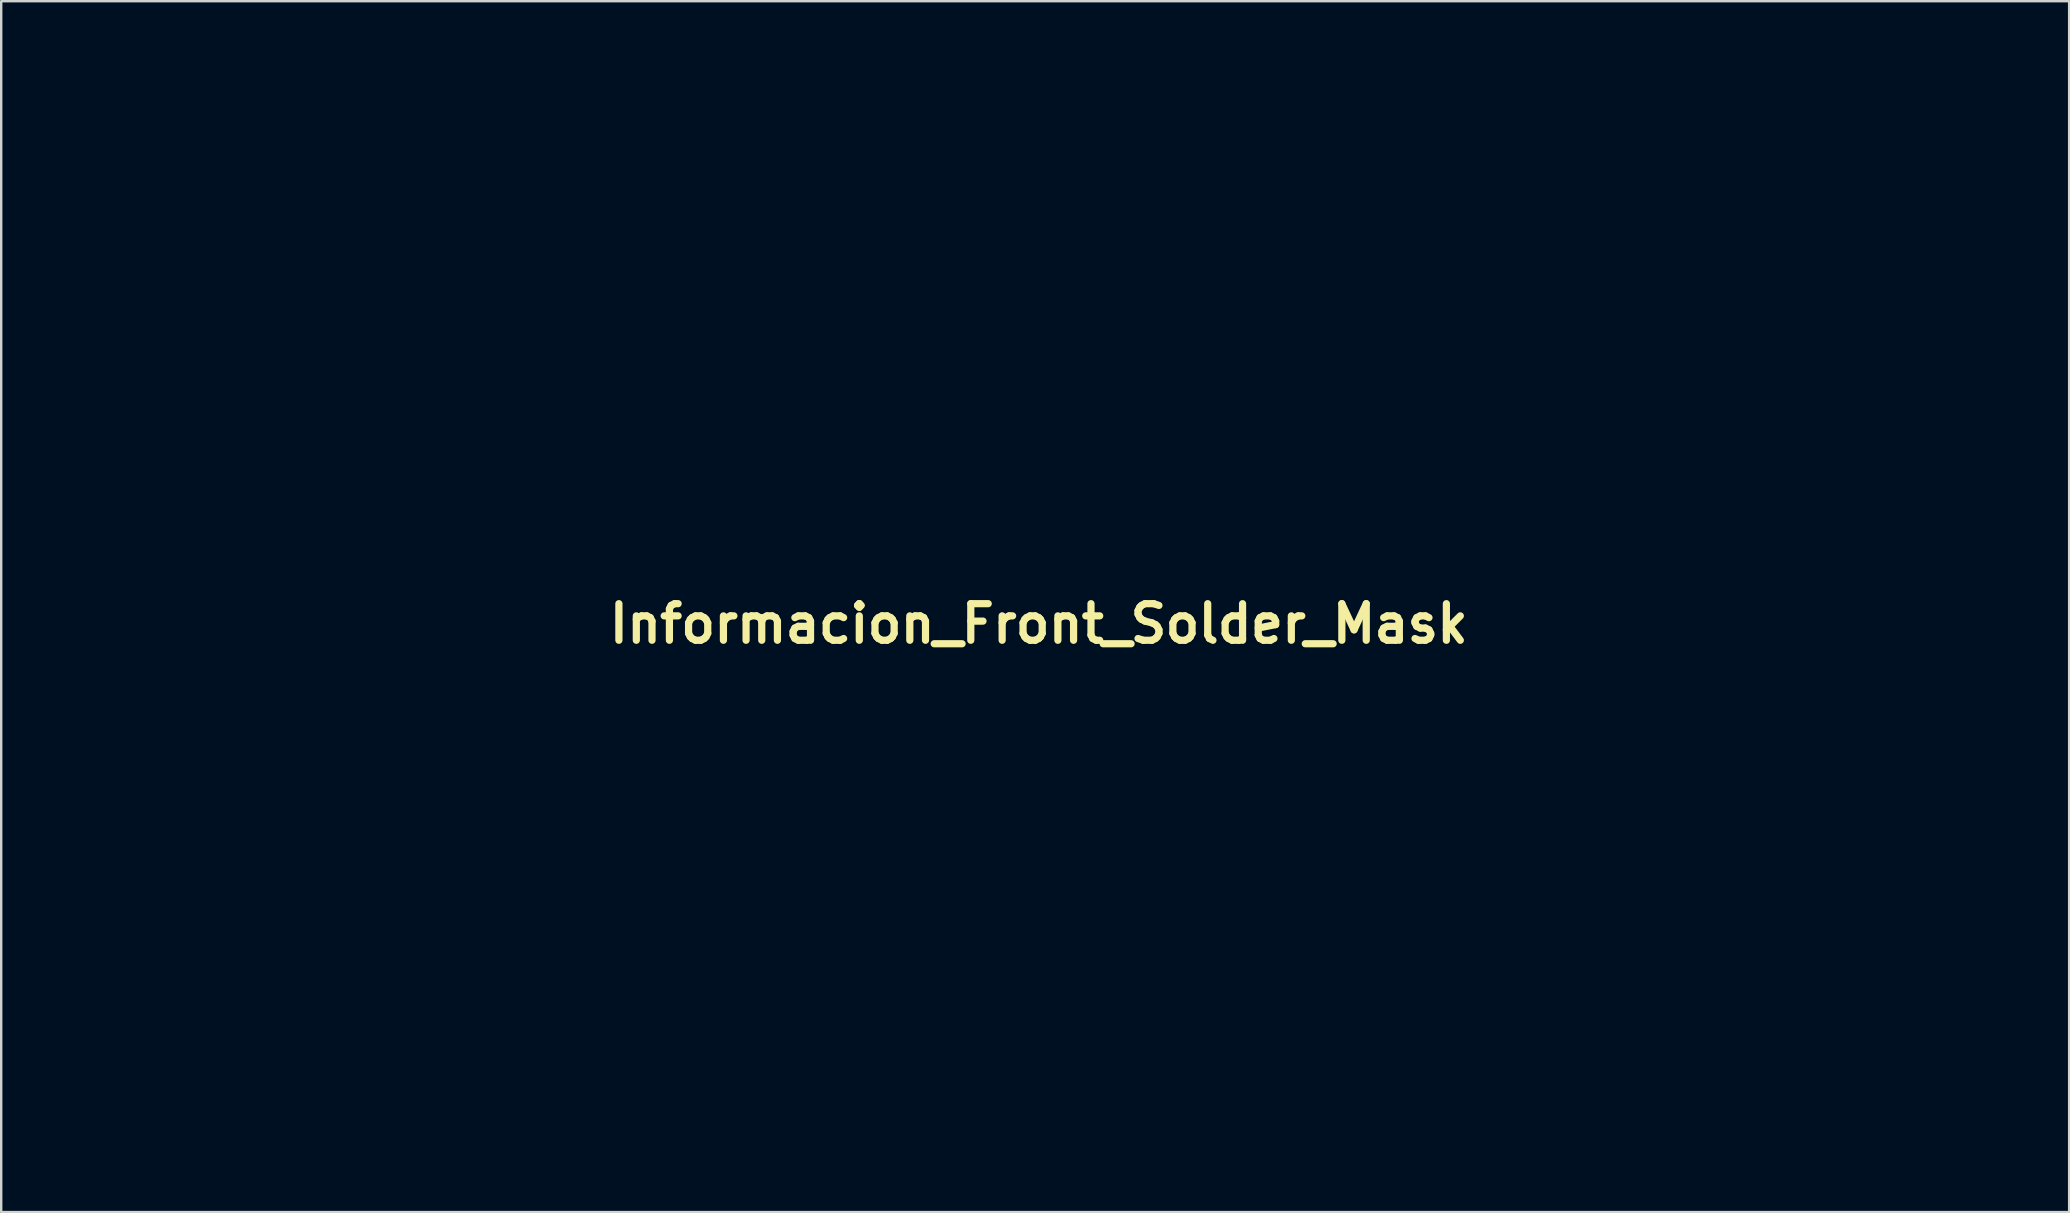
<source format=kicad_pcb>
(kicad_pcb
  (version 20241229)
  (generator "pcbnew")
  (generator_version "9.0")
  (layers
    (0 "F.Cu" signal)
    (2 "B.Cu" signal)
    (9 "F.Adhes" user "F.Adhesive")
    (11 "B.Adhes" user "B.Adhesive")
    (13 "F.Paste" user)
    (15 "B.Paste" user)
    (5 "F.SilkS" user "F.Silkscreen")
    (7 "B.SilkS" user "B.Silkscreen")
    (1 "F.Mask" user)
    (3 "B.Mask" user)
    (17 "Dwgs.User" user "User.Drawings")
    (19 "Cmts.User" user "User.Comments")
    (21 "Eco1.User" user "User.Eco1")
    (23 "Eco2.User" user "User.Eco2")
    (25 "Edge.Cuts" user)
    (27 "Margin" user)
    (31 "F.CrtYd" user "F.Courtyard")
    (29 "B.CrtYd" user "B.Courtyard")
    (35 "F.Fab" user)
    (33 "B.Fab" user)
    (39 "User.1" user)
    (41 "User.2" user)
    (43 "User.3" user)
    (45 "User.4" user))
  (footprint "Informacion_Front_Solder_Mask"
    (layer "F.Cu")
    (at 40.222 22.933)
    (property "Reference" "Informacion_Front_Solder_Mask" (at 0 0 0) (layer "F.SilkS") (effects (font (size 1.524 1.524) (thickness 0.3))))
    (attr through_hole)
    (fp_poly (pts (xy -28.787 -2.709) (xy -29.21 -2.709) (xy -29.21 -5.419) (xy -28.787 -5.419) (xy -28.787 -2.709)) (stroke (width 0.01) (type solid)) (fill yes) (layer "F.Mask"))
    (fp_poly (pts (xy -20.066 -12.954) (xy -21.167 -12.954) (xy -21.167 -13.97) (xy -20.066 -13.97) (xy -20.066 -12.954)) (stroke (width 0.01) (type solid)) (fill yes) (layer "F.Mask"))
    (fp_poly (pts (xy -20.066 -7.535) (xy -21.167 -7.535) (xy -21.167 -12.107) (xy -20.066 -12.107) (xy -20.066 -7.535)) (stroke (width 0.01) (type solid)) (fill yes) (layer "F.Mask"))
    (fp_poly (pts (xy 7.789 -12.954) (xy 6.689 -12.954) (xy 6.689 -13.97) (xy 7.789 -13.97) (xy 7.789 -12.954)) (stroke (width 0.01) (type solid)) (fill yes) (layer "F.Mask"))
    (fp_poly (pts (xy 7.789 -7.535) (xy 6.689 -7.535) (xy 6.689 -12.107) (xy 7.789 -12.107) (xy 7.789 -7.535)) (stroke (width 0.01) (type solid)) (fill yes) (layer "F.Mask"))
    (fp_poly (pts (xy -38.777 -8.636) (xy -36.237 -8.636) (xy -36.237 -7.535) (xy -39.878 -7.535) (xy -39.878 -13.97) (xy -38.777 -13.97) (xy -38.777 -8.636)) (stroke (width 0.01) (type solid)) (fill yes) (layer "F.Mask"))
    (fp_poly (pts (xy -18.391 15.113) (xy -18.307 15.224) (xy -18.344 15.31) (xy -18.408 15.325) (xy -18.525 15.256) (xy -18.542 15.191) (xy -18.493 15.098) (xy -18.391 15.113)) (stroke (width 0.01) (type solid)) (fill yes) (layer "F.Mask"))
    (fp_poly (pts (xy -12.298 9.955) (xy -12.296 10.007) (xy -12.38 10.118) (xy -12.482 10.133) (xy -12.531 10.04) (xy -12.462 9.923) (xy -12.397 9.906) (xy -12.298 9.955)) (stroke (width 0.01) (type solid)) (fill yes) (layer "F.Mask"))
    (fp_poly (pts (xy -24.398 16.747) (xy -24.384 16.806) (xy -24.447 16.913) (xy -24.581 16.928) (xy -24.664 16.879) (xy -24.684 16.776) (xy -24.587 16.693) (xy -24.506 16.679) (xy -24.398 16.747)) (stroke (width 0.01) (type solid)) (fill yes) (layer "F.Mask"))
    (fp_poly (pts (xy -10.074 15.114) (xy -10.029 15.211) (xy -10.093 15.306) (xy -10.16 15.325) (xy -10.27 15.264) (xy -10.283 15.246) (xy -10.278 15.145) (xy -10.176 15.092) (xy -10.074 15.114)) (stroke (width 0.01) (type solid)) (fill yes) (layer "F.Mask"))
    (fp_poly (pts (xy -5.687 16.747) (xy -5.673 16.806) (xy -5.736 16.913) (xy -5.869 16.928) (xy -5.953 16.879) (xy -5.972 16.776) (xy -5.875 16.693) (xy -5.795 16.679) (xy -5.687 16.747)) (stroke (width 0.01) (type solid)) (fill yes) (layer "F.Mask"))
    (fp_poly (pts (xy -4.078 9.949) (xy -4.064 9.986) (xy -4.12 10.096) (xy -4.229 10.123) (xy -4.264 10.101) (xy -4.315 9.978) (xy -4.225 9.908) (xy -4.191 9.906) (xy -4.078 9.949)) (stroke (width 0.01) (type solid)) (fill yes) (layer "F.Mask"))
    (fp_poly (pts (xy 23.782 18.865) (xy 23.791 18.923) (xy 23.746 19.036) (xy 23.707 19.05) (xy 23.632 18.981) (xy 23.622 18.923) (xy 23.668 18.81) (xy 23.707 18.796) (xy 23.782 18.865)) (stroke (width 0.01) (type solid)) (fill yes) (layer "F.Mask"))
    (fp_poly (pts (xy 24.852 18.897) (xy 24.828 18.976) (xy 24.723 19.092) (xy 24.602 19.175) (xy 24.553 19.158) (xy 24.605 19.046) (xy 24.718 18.937) (xy 24.825 18.888) (xy 24.852 18.897)) (stroke (width 0.01) (type solid)) (fill yes) (layer "F.Mask"))
    (fp_poly (pts (xy 35.127 18.865) (xy 35.137 18.923) (xy 35.091 19.036) (xy 35.052 19.05) (xy 34.977 18.981) (xy 34.967 18.923) (xy 35.013 18.81) (xy 35.052 18.796) (xy 35.127 18.865)) (stroke (width 0.01) (type solid)) (fill yes) (layer "F.Mask"))
    (fp_poly (pts (xy 0.24 11.471) (xy 0.264 11.49) (xy 0.311 11.624) (xy 0.249 11.742) (xy 0.169 11.769) (xy 0.061 11.707) (xy 0.038 11.677) (xy 0.028 11.547) (xy 0.117 11.461) (xy 0.24 11.471)) (stroke (width 0.01) (type solid)) (fill yes) (layer "F.Mask"))
    (fp_poly (pts (xy -28.874 -6.436) (xy -28.831 -6.286) (xy -28.829 -6.224) (xy -28.875 -6.038) (xy -28.982 -5.937) (xy -29.103 -5.945) (xy -29.175 -6.042) (xy -29.205 -6.263) (xy -29.129 -6.425) (xy -28.997 -6.477) (xy -28.874 -6.436)) (stroke (width 0.01) (type solid)) (fill yes) (layer "F.Mask"))
    (fp_poly (pts (xy -4.899 -6.466) (xy -4.814 -6.332) (xy -4.788 -6.164) (xy -4.83 -6.048) (xy -4.967 -5.937) (xy -5.096 -5.981) (xy -5.171 -6.061) (xy -5.224 -6.236) (xy -5.149 -6.409) (xy -5.016 -6.498) (xy -4.899 -6.466)) (stroke (width 0.01) (type solid)) (fill yes) (layer "F.Mask"))
    (fp_poly (pts (xy 28.228 8.91) (xy 28.444 9.013) (xy 28.477 9.045) (xy 28.606 9.278) (xy 28.6 9.501) (xy 28.492 9.681) (xy 28.313 9.79) (xy 28.095 9.795) (xy 27.869 9.665) (xy 27.855 9.652) (xy 27.718 9.428) (xy 27.695 9.183) (xy 27.788 8.992) (xy 27.982 8.901) (xy 28.228 8.91)) (stroke (width 0.01) (type solid)) (fill yes) (layer "F.Mask"))
    (fp_poly (pts (xy 31.721 8.699) (xy 31.893 8.859) (xy 31.99 9.068) (xy 31.994 9.281) (xy 31.886 9.45) (xy 31.84 9.48) (xy 31.575 9.562) (xy 31.347 9.487) (xy 31.242 9.398) (xy 31.1 9.168) (xy 31.091 8.935) (xy 31.2 8.745) (xy 31.411 8.643) (xy 31.494 8.636) (xy 31.721 8.699)) (stroke (width 0.01) (type solid)) (fill yes) (layer "F.Mask"))
    (fp_poly (pts (xy 38.311 18.993) (xy 38.516 19.03) (xy 38.607 19.105) (xy 38.608 19.113) (xy 38.596 19.197) (xy 38.527 19.209) (xy 38.355 19.151) (xy 38.323 19.139) (xy 38.143 19.102) (xy 38.07 19.16) (xy 38.033 19.184) (xy 38.022 19.12) (xy 38.058 19.022) (xy 38.202 18.99) (xy 38.311 18.993)) (stroke (width 0.01) (type solid)) (fill yes) (layer "F.Mask"))
    (fp_poly (pts (xy -8.844 -6.59) (xy -8.847 -6.518) (xy -8.91 -6.413) (xy -9.056 -6.184) (xy -9.151 -6.032) (xy -9.268 -5.905) (xy -9.395 -5.838) (xy -9.475 -5.856) (xy -9.483 -5.888) (xy -9.447 -5.984) (xy -9.359 -6.175) (xy -9.312 -6.269) (xy -9.147 -6.515) (xy -8.98 -6.603) (xy -8.963 -6.604) (xy -8.844 -6.59)) (stroke (width 0.01) (type solid)) (fill yes) (layer "F.Mask"))
    (fp_poly (pts (xy 29.499 4.931) (xy 29.714 5.051) (xy 29.858 5.247) (xy 29.887 5.399) (xy 29.818 5.576) (xy 29.656 5.743) (xy 29.466 5.837) (xy 29.422 5.842) (xy 29.291 5.797) (xy 29.144 5.71) (xy 29.001 5.524) (xy 28.956 5.283) (xy 29.018 5.062) (xy 29.058 5.012) (xy 29.262 4.91) (xy 29.499 4.931)) (stroke (width 0.01) (type solid)) (fill yes) (layer "F.Mask"))
    (fp_poly (pts (xy -23.838 15.067) (xy -23.811 15.297) (xy -23.795 15.655) (xy -23.791 15.96) (xy -23.798 16.393) (xy -23.818 16.712) (xy -23.85 16.896) (xy -23.876 16.933) (xy -23.914 16.852) (xy -23.941 16.622) (xy -23.957 16.264) (xy -23.961 15.96) (xy -23.954 15.526) (xy -23.934 15.208) (xy -23.902 15.024) (xy -23.876 14.986) (xy -23.838 15.067)) (stroke (width 0.01) (type solid)) (fill yes) (layer "F.Mask"))
    (fp_poly (pts (xy -18.35 15.611) (xy -18.311 15.726) (xy -18.292 15.956) (xy -18.288 16.256) (xy -18.294 16.604) (xy -18.316 16.812) (xy -18.359 16.912) (xy -18.415 16.933) (xy -18.48 16.901) (xy -18.519 16.786) (xy -18.538 16.556) (xy -18.542 16.256) (xy -18.536 15.908) (xy -18.514 15.7) (xy -18.471 15.6) (xy -18.415 15.579) (xy -18.35 15.611)) (stroke (width 0.01) (type solid)) (fill yes) (layer "F.Mask"))
    (fp_poly (pts (xy -12.404 10.493) (xy -12.375 10.709) (xy -12.362 11.031) (xy -12.361 11.091) (xy -12.371 11.427) (xy -12.398 11.662) (xy -12.438 11.766) (xy -12.446 11.769) (xy -12.488 11.689) (xy -12.517 11.473) (xy -12.53 11.152) (xy -12.531 11.091) (xy -12.521 10.756) (xy -12.494 10.52) (xy -12.454 10.416) (xy -12.446 10.414) (xy -12.404 10.493)) (stroke (width 0.01) (type solid)) (fill yes) (layer "F.Mask"))
    (fp_poly (pts (xy -10.118 15.658) (xy -10.089 15.874) (xy -10.076 16.195) (xy -10.075 16.256) (xy -10.085 16.591) (xy -10.112 16.827) (xy -10.152 16.931) (xy -10.16 16.933) (xy -10.202 16.854) (xy -10.231 16.638) (xy -10.244 16.317) (xy -10.245 16.256) (xy -10.235 15.921) (xy -10.208 15.685) (xy -10.168 15.581) (xy -10.16 15.579) (xy -10.118 15.658)) (stroke (width 0.01) (type solid)) (fill yes) (layer "F.Mask"))
    (fp_poly (pts (xy -4.126 10.446) (xy -4.087 10.562) (xy -4.068 10.791) (xy -4.064 11.091) (xy -4.07 11.439) (xy -4.092 11.647) (xy -4.135 11.747) (xy -4.191 11.769) (xy -4.256 11.737) (xy -4.295 11.621) (xy -4.314 11.391) (xy -4.318 11.091) (xy -4.312 10.744) (xy -4.29 10.535) (xy -4.247 10.436) (xy -4.191 10.414) (xy -4.126 10.446)) (stroke (width 0.01) (type solid)) (fill yes) (layer "F.Mask"))
    (fp_poly (pts (xy 23.747 19.469) (xy 23.776 19.69) (xy 23.79 20.025) (xy 23.791 20.151) (xy 23.782 20.516) (xy 23.758 20.776) (xy 23.721 20.904) (xy 23.707 20.913) (xy 23.666 20.833) (xy 23.637 20.611) (xy 23.623 20.277) (xy 23.622 20.151) (xy 23.631 19.786) (xy 23.655 19.525) (xy 23.693 19.397) (xy 23.707 19.389) (xy 23.747 19.469)) (stroke (width 0.01) (type solid)) (fill yes) (layer "F.Mask"))
    (fp_poly (pts (xy 35.093 19.469) (xy 35.122 19.69) (xy 35.136 20.025) (xy 35.137 20.151) (xy 35.128 20.516) (xy 35.103 20.776) (xy 35.066 20.904) (xy 35.052 20.913) (xy 35.011 20.833) (xy 34.982 20.611) (xy 34.968 20.277) (xy 34.967 20.151) (xy 34.976 19.786) (xy 35.001 19.525) (xy 35.038 19.397) (xy 35.052 19.389) (xy 35.093 19.469)) (stroke (width 0.01) (type solid)) (fill yes) (layer "F.Mask"))
    (fp_poly (pts (xy 24.026 8.705) (xy 24.535 9.278) (xy 24.049 9.691) (xy 23.732 9.948) (xy 23.494 10.104) (xy 23.292 10.177) (xy 23.088 10.186) (xy 23.01 10.178) (xy 22.751 10.069) (xy 22.557 9.844) (xy 22.451 9.553) (xy 22.453 9.243) (xy 22.517 9.068) (xy 22.619 8.94) (xy 22.812 8.746) (xy 23.053 8.529) (xy 23.057 8.526) (xy 23.517 8.133) (xy 24.026 8.705)) (stroke (width 0.01) (type solid)) (fill yes) (layer "F.Mask"))
    (fp_poly (pts (xy 27.198 -0.418) (xy 27.396 -0.342) (xy 27.584 -0.218) (xy 27.795 -0.018) (xy 28.065 0.286) (xy 28.116 0.347) (xy 28.443 0.737) (xy 27.906 1.211) (xy 27.37 1.685) (xy 26.905 1.158) (xy 26.679 0.888) (xy 26.497 0.642) (xy 26.389 0.465) (xy 26.378 0.437) (xy 26.357 0.129) (xy 26.469 -0.144) (xy 26.682 -0.345) (xy 26.96 -0.44) (xy 27.198 -0.418)) (stroke (width 0.01) (type solid)) (fill yes) (layer "F.Mask"))
    (fp_poly (pts (xy 39.92 20.87) (xy 39.56 20.896) (xy 39.291 20.891) (xy 39.163 20.823) (xy 39.154 20.804) (xy 39.135 20.665) (xy 39.127 20.41) (xy 39.132 20.091) (xy 39.133 20.058) (xy 39.153 19.558) (xy 39.285 19.558) (xy 39.285 20.743) (xy 39.793 20.743) (xy 39.793 19.558) (xy 39.285 19.558) (xy 39.153 19.558) (xy 39.158 19.431) (xy 39.92 19.431) (xy 39.92 20.87)) (stroke (width 0.01) (type solid)) (fill yes) (layer "F.Mask"))
    (fp_poly (pts (xy 25.061 20.913) (xy 24.678 20.913) (xy 24.401 20.887) (xy 24.259 20.815) (xy 24.25 20.799) (xy 24.232 20.663) (xy 24.225 20.409) (xy 24.231 20.091) (xy 24.232 20.058) (xy 24.252 19.558) (xy 24.384 19.558) (xy 24.384 20.743) (xy 24.892 20.743) (xy 24.892 19.558) (xy 24.384 19.558) (xy 24.252 19.558) (xy 24.257 19.431) (xy 24.659 19.405) (xy 25.061 19.379) (xy 25.061 20.913)) (stroke (width 0.01) (type solid)) (fill yes) (layer "F.Mask"))
    (fp_poly (pts (xy 29.295 20.913) (xy 28.911 20.913) (xy 28.634 20.887) (xy 28.492 20.815) (xy 28.484 20.799) (xy 28.466 20.663) (xy 28.459 20.409) (xy 28.464 20.091) (xy 28.465 20.058) (xy 28.485 19.558) (xy 28.617 19.558) (xy 28.617 20.743) (xy 29.125 20.743) (xy 29.125 19.558) (xy 28.617 19.558) (xy 28.485 19.558) (xy 28.49 19.431) (xy 28.892 19.405) (xy 29.295 19.379) (xy 29.295 20.913)) (stroke (width 0.01) (type solid)) (fill yes) (layer "F.Mask"))
    (fp_poly (pts (xy 34.958 2.031) (xy 35.153 2.201) (xy 35.177 2.225) (xy 35.388 2.487) (xy 35.474 2.718) (xy 35.475 2.74) (xy 35.406 2.967) (xy 35.213 3.25) (xy 34.919 3.56) (xy 34.642 3.796) (xy 34.332 4.037) (xy 33.85 3.48) (xy 33.368 2.922) (xy 33.554 2.722) (xy 33.879 2.414) (xy 34.215 2.166) (xy 34.515 2.01) (xy 34.618 1.979) (xy 34.8 1.966) (xy 34.958 2.031)) (stroke (width 0.01) (type solid)) (fill yes) (layer "F.Mask"))
    (fp_poly (pts (xy -17.852 9.762) (xy -17.815 9.856) (xy -17.793 10.044) (xy -17.783 10.351) (xy -17.78 10.753) (xy -17.783 11.191) (xy -17.795 11.485) (xy -17.818 11.663) (xy -17.857 11.748) (xy -17.907 11.769) (xy -17.962 11.743) (xy -17.999 11.65) (xy -18.021 11.462) (xy -18.031 11.154) (xy -18.034 10.753) (xy -18.031 10.315) (xy -18.019 10.02) (xy -17.996 9.843) (xy -17.957 9.757) (xy -17.907 9.737) (xy -17.852 9.762)) (stroke (width 0.01) (type solid)) (fill yes) (layer "F.Mask"))
    (fp_poly (pts (xy 20.913 19.897) (xy 20.151 19.897) (xy 20.151 20.405) (xy 20.138 20.675) (xy 20.104 20.859) (xy 20.066 20.913) (xy 20.031 20.831) (xy 20.005 20.595) (xy 19.988 20.22) (xy 19.981 19.721) (xy 19.981 19.685) (xy 19.981 18.627) (xy 20.151 18.627) (xy 20.151 19.727) (xy 20.743 19.727) (xy 20.743 18.627) (xy 20.151 18.627) (xy 19.981 18.627) (xy 19.981 18.457) (xy 20.913 18.457) (xy 20.913 19.897)) (stroke (width 0.01) (type solid)) (fill yes) (layer "F.Mask"))
    (fp_poly (pts (xy 32.716 18.539) (xy 32.743 18.775) (xy 32.76 19.15) (xy 32.766 19.649) (xy 32.766 19.685) (xy 32.76 20.191) (xy 32.744 20.575) (xy 32.718 20.82) (xy 32.684 20.912) (xy 32.681 20.913) (xy 32.646 20.831) (xy 32.62 20.595) (xy 32.603 20.22) (xy 32.597 19.721) (xy 32.597 19.685) (xy 32.602 19.179) (xy 32.619 18.795) (xy 32.644 18.55) (xy 32.679 18.458) (xy 32.681 18.457) (xy 32.716 18.539)) (stroke (width 0.01) (type solid)) (fill yes) (layer "F.Mask"))
    (fp_poly (pts (xy 36.52 3.929) (xy 36.776 4.048) (xy 36.989 4.267) (xy 37.12 4.533) (xy 37.133 4.788) (xy 37.046 4.944) (xy 36.868 5.167) (xy 36.638 5.415) (xy 36.393 5.647) (xy 36.174 5.822) (xy 36.109 5.863) (xy 35.992 5.836) (xy 35.789 5.669) (xy 35.509 5.37) (xy 35.019 4.812) (xy 35.48 4.399) (xy 35.784 4.139) (xy 36.012 3.984) (xy 36.206 3.914) (xy 36.407 3.912) (xy 36.52 3.929)) (stroke (width 0.01) (type solid)) (fill yes) (layer "F.Mask"))
    (fp_poly (pts (xy -29.238 4.82) (xy -29.223 5.034) (xy -29.213 5.35) (xy -29.21 5.673) (xy -29.217 6.093) (xy -29.238 6.4) (xy -29.27 6.574) (xy -29.295 6.604) (xy -29.334 6.524) (xy -29.363 6.3) (xy -29.378 5.958) (xy -29.379 5.79) (xy -29.379 4.977) (xy -29.591 5.03) (xy -29.748 5.056) (xy -29.803 5.041) (xy -29.737 4.981) (xy -29.583 4.888) (xy -29.407 4.796) (xy -29.275 4.744) (xy -29.257 4.741) (xy -29.238 4.82)) (stroke (width 0.01) (type solid)) (fill yes) (layer "F.Mask"))
    (fp_poly (pts (xy 27.207 12.332) (xy 27.491 12.652) (xy 27.674 12.873) (xy 27.761 13.028) (xy 27.756 13.149) (xy 27.663 13.27) (xy 27.488 13.424) (xy 27.368 13.526) (xy 27.004 13.811) (xy 26.71 13.968) (xy 26.461 14.01) (xy 26.28 13.97) (xy 26.05 13.812) (xy 25.856 13.566) (xy 25.747 13.301) (xy 25.739 13.219) (xy 25.782 13.06) (xy 25.922 12.855) (xy 26.177 12.582) (xy 26.297 12.466) (xy 26.855 11.932) (xy 27.207 12.332)) (stroke (width 0.01) (type solid)) (fill yes) (layer "F.Mask"))
    (fp_poly (pts (xy 32.26 12.508) (xy 32.415 12.667) (xy 32.623 12.897) (xy 32.714 13.003) (xy 33.012 13.394) (xy 33.171 13.715) (xy 33.194 13.988) (xy 33.087 14.233) (xy 32.982 14.355) (xy 32.723 14.527) (xy 32.439 14.54) (xy 32.128 14.405) (xy 31.938 14.257) (xy 31.701 14.028) (xy 31.498 13.803) (xy 31.125 13.357) (xy 31.628 12.905) (xy 31.869 12.693) (xy 32.062 12.533) (xy 32.173 12.454) (xy 32.185 12.449) (xy 32.26 12.508)) (stroke (width 0.01) (type solid)) (fill yes) (layer "F.Mask"))
    (fp_poly (pts (xy 34.429 11.263) (xy 34.733 11.605) (xy 34.922 11.872) (xy 35.015 12.099) (xy 35.028 12.317) (xy 35.015 12.405) (xy 34.886 12.691) (xy 34.653 12.877) (xy 34.359 12.946) (xy 34.052 12.877) (xy 33.992 12.845) (xy 33.851 12.734) (xy 33.641 12.538) (xy 33.403 12.296) (xy 33.38 12.271) (xy 32.939 11.799) (xy 33.255 11.507) (xy 33.493 11.289) (xy 33.722 11.083) (xy 33.794 11.02) (xy 34.018 10.825) (xy 34.429 11.263)) (stroke (width 0.01) (type solid)) (fill yes) (layer "F.Mask"))
    (fp_poly (pts (xy 25.384 1.181) (xy 25.505 1.219) (xy 25.652 1.316) (xy 25.85 1.494) (xy 26.069 1.718) (xy 26.276 1.954) (xy 26.442 2.167) (xy 26.534 2.322) (xy 26.54 2.375) (xy 26.461 2.458) (xy 26.288 2.618) (xy 26.056 2.824) (xy 26.011 2.863) (xy 25.521 3.288) (xy 25.114 2.826) (xy 24.813 2.47) (xy 24.624 2.197) (xy 24.532 1.976) (xy 24.526 1.776) (xy 24.586 1.576) (xy 24.777 1.315) (xy 25.057 1.177) (xy 25.384 1.181)) (stroke (width 0.01) (type solid)) (fill yes) (layer "F.Mask"))
    (fp_poly (pts (xy 25.678 10.59) (xy 25.893 10.851) (xy 26.059 11.058) (xy 26.151 11.181) (xy 26.162 11.201) (xy 26.102 11.267) (xy 25.943 11.413) (xy 25.715 11.611) (xy 25.646 11.671) (xy 25.268 11.952) (xy 24.953 12.092) (xy 24.68 12.096) (xy 24.427 11.97) (xy 24.41 11.957) (xy 24.187 11.69) (xy 24.099 11.368) (xy 24.136 11.111) (xy 24.24 10.938) (xy 24.436 10.706) (xy 24.682 10.463) (xy 24.707 10.441) (xy 25.195 10.012) (xy 25.678 10.59)) (stroke (width 0.01) (type solid)) (fill yes) (layer "F.Mask"))
    (fp_poly (pts (xy 35.976 9.364) (xy 36.132 9.516) (xy 36.349 9.772) (xy 36.358 9.783) (xy 36.6 10.081) (xy 36.744 10.3) (xy 36.813 10.483) (xy 36.83 10.658) (xy 36.759 10.974) (xy 36.572 11.206) (xy 36.31 11.334) (xy 36.012 11.336) (xy 35.764 11.224) (xy 35.623 11.101) (xy 35.419 10.89) (xy 35.194 10.639) (xy 35.186 10.629) (xy 34.78 10.155) (xy 35.184 9.797) (xy 35.484 9.532) (xy 35.69 9.372) (xy 35.841 9.316) (xy 35.976 9.364)) (stroke (width 0.01) (type solid)) (fill yes) (layer "F.Mask"))
    (fp_poly (pts (xy 23.521 2.777) (xy 23.61 2.783) (xy 23.733 2.849) (xy 23.931 3.014) (xy 24.168 3.249) (xy 24.278 3.369) (xy 24.789 3.944) (xy 24.299 4.361) (xy 24.053 4.565) (xy 23.852 4.722) (xy 23.734 4.802) (xy 23.726 4.806) (xy 23.634 4.76) (xy 23.467 4.613) (xy 23.257 4.395) (xy 23.21 4.343) (xy 22.892 3.925) (xy 22.729 3.564) (xy 22.716 3.251) (xy 22.774 3.093) (xy 22.949 2.895) (xy 23.184 2.773) (xy 23.347 2.758) (xy 23.521 2.777)) (stroke (width 0.01) (type solid)) (fill yes) (layer "F.Mask"))
    (fp_poly (pts (xy 26.247 20.149) (xy 26.238 20.515) (xy 26.213 20.776) (xy 26.176 20.904) (xy 26.162 20.913) (xy 26.12 20.833) (xy 26.091 20.617) (xy 26.078 20.296) (xy 26.077 20.235) (xy 26.077 19.558) (xy 25.569 19.558) (xy 25.569 20.235) (xy 25.559 20.571) (xy 25.532 20.806) (xy 25.492 20.91) (xy 25.485 20.913) (xy 25.444 20.833) (xy 25.415 20.612) (xy 25.401 20.279) (xy 25.4 20.164) (xy 25.4 19.416) (xy 25.823 19.401) (xy 26.247 19.386) (xy 26.247 20.149)) (stroke (width 0.01) (type solid)) (fill yes) (layer "F.Mask"))
    (fp_poly (pts (xy 33.655 -21.923) (xy 33.348 -21.736) (xy 33.114 -21.599) (xy 32.799 -21.423) (xy 32.481 -21.251) (xy 32.211 -21.101) (xy 32.013 -20.975) (xy 31.922 -20.898) (xy 31.92 -20.892) (xy 31.998 -20.862) (xy 32.205 -20.84) (xy 32.503 -20.829) (xy 32.611 -20.828) (xy 33.304 -20.828) (xy 33.105 -20.616) (xy 33.001 -20.519) (xy 32.887 -20.457) (xy 32.722 -20.422) (xy 32.467 -20.408) (xy 32.083 -20.405) (xy 32.074 -20.405) (xy 31.242 -20.405) (xy 31.242 -21.929) (xy 33.655 -21.923)) (stroke (width 0.01) (type solid)) (fill yes) (layer "F.Mask"))
    (fp_poly (pts (xy 38.333 19.419) (xy 38.735 19.431) (xy 38.759 20.172) (xy 38.763 20.563) (xy 38.743 20.814) (xy 38.701 20.912) (xy 38.696 20.913) (xy 38.65 20.832) (xy 38.62 20.608) (xy 38.608 20.263) (xy 38.608 20.235) (xy 38.608 19.558) (xy 38.1 19.558) (xy 38.1 20.235) (xy 38.09 20.571) (xy 38.063 20.806) (xy 38.023 20.91) (xy 38.015 20.913) (xy 37.975 20.833) (xy 37.946 20.612) (xy 37.932 20.279) (xy 37.931 20.16) (xy 37.931 19.407) (xy 38.333 19.419)) (stroke (width 0.01) (type solid)) (fill yes) (layer "F.Mask"))
    (fp_poly (pts (xy 30.313 19.423) (xy 30.429 19.523) (xy 30.477 19.734) (xy 30.448 19.871) (xy 30.395 19.897) (xy 30.327 19.826) (xy 30.311 19.727) (xy 30.261 19.595) (xy 30.099 19.558) (xy 29.994 19.565) (xy 29.931 19.61) (xy 29.9 19.727) (xy 29.889 19.95) (xy 29.887 20.235) (xy 29.877 20.571) (xy 29.85 20.806) (xy 29.81 20.91) (xy 29.803 20.913) (xy 29.762 20.833) (xy 29.733 20.611) (xy 29.719 20.277) (xy 29.718 20.151) (xy 29.718 19.389) (xy 30.048 19.389) (xy 30.313 19.423)) (stroke (width 0.01) (type solid)) (fill yes) (layer "F.Mask"))
    (fp_poly (pts (xy 27.665 19.419) (xy 28.067 19.431) (xy 28.092 20.053) (xy 28.093 20.449) (xy 28.049 20.707) (xy 27.946 20.851) (xy 27.773 20.908) (xy 27.676 20.913) (xy 27.512 20.93) (xy 27.445 21.017) (xy 27.432 21.209) (xy 27.411 21.405) (xy 27.358 21.503) (xy 27.347 21.505) (xy 27.311 21.424) (xy 27.283 21.192) (xy 27.267 20.828) (xy 27.263 20.456) (xy 27.263 19.558) (xy 27.432 19.558) (xy 27.432 20.743) (xy 27.94 20.743) (xy 27.94 19.558) (xy 27.432 19.558) (xy 27.263 19.558) (xy 27.263 19.407) (xy 27.665 19.419)) (stroke (width 0.01) (type solid)) (fill yes) (layer "F.Mask"))
    (fp_poly (pts (xy 33.177 0.096) (xy 33.437 0.243) (xy 33.535 0.332) (xy 33.732 0.582) (xy 33.797 0.822) (xy 33.726 1.076) (xy 33.513 1.368) (xy 33.254 1.627) (xy 33.01 1.849) (xy 32.815 2.017) (xy 32.699 2.105) (xy 32.683 2.112) (xy 32.612 2.049) (xy 32.461 1.887) (xy 32.259 1.656) (xy 32.186 1.569) (xy 31.978 1.316) (xy 31.823 1.114) (xy 31.744 0.994) (xy 31.739 0.979) (xy 31.802 0.902) (xy 31.961 0.746) (xy 32.184 0.543) (xy 32.227 0.506) (xy 32.595 0.225) (xy 32.904 0.089) (xy 33.177 0.096)) (stroke (width 0.01) (type solid)) (fill yes) (layer "F.Mask"))
    (fp_poly (pts (xy -30.528 10.436) (xy -30.48 10.482) (xy -30.555 10.526) (xy -30.739 10.549) (xy -30.786 10.549) (xy -31.084 10.614) (xy -31.266 10.801) (xy -31.327 11.094) (xy -31.252 11.355) (xy -31.049 11.532) (xy -30.75 11.599) (xy -30.744 11.599) (xy -30.566 11.621) (xy -30.519 11.678) (xy -30.522 11.684) (xy -30.649 11.749) (xy -30.867 11.757) (xy -31.11 11.709) (xy -31.215 11.668) (xy -31.424 11.483) (xy -31.531 11.216) (xy -31.532 10.923) (xy -31.421 10.66) (xy -31.298 10.539) (xy -31.134 10.469) (xy -30.912 10.426) (xy -30.691 10.414) (xy -30.528 10.436)) (stroke (width 0.01) (type solid)) (fill yes) (layer "F.Mask"))
    (fp_poly (pts (xy -23.41 10.431) (xy -23.321 10.478) (xy -23.326 10.499) (xy -23.438 10.546) (xy -23.581 10.533) (xy -23.787 10.558) (xy -23.998 10.694) (xy -24.158 10.893) (xy -24.215 11.087) (xy -24.139 11.315) (xy -23.946 11.499) (xy -23.688 11.595) (xy -23.617 11.599) (xy -23.448 11.622) (xy -23.409 11.681) (xy -23.41 11.684) (xy -23.545 11.759) (xy -23.765 11.757) (xy -24.007 11.685) (xy -24.161 11.593) (xy -24.326 11.407) (xy -24.383 11.162) (xy -24.384 11.1) (xy -24.316 10.767) (xy -24.119 10.539) (xy -23.802 10.425) (xy -23.633 10.414) (xy -23.41 10.431)) (stroke (width 0.01) (type solid)) (fill yes) (layer "F.Mask"))
    (fp_poly (pts (xy 1.645 10.436) (xy 1.693 10.482) (xy 1.619 10.526) (xy 1.434 10.549) (xy 1.387 10.549) (xy 1.089 10.614) (xy 0.907 10.801) (xy 0.847 11.094) (xy 0.921 11.355) (xy 1.124 11.532) (xy 1.424 11.599) (xy 1.43 11.599) (xy 1.607 11.621) (xy 1.654 11.678) (xy 1.651 11.684) (xy 1.525 11.749) (xy 1.307 11.757) (xy 1.063 11.709) (xy 0.959 11.668) (xy 0.749 11.483) (xy 0.642 11.216) (xy 0.642 10.923) (xy 0.752 10.66) (xy 0.875 10.539) (xy 1.04 10.469) (xy 1.262 10.426) (xy 1.483 10.414) (xy 1.645 10.436)) (stroke (width 0.01) (type solid)) (fill yes) (layer "F.Mask"))
    (fp_poly (pts (xy -4.932 -5.411) (xy -4.887 -5.371) (xy -4.857 -5.274) (xy -4.839 -5.097) (xy -4.829 -4.815) (xy -4.826 -4.403) (xy -4.826 -4.064) (xy -4.827 -3.557) (xy -4.832 -3.196) (xy -4.844 -2.955) (xy -4.866 -2.81) (xy -4.901 -2.737) (xy -4.953 -2.712) (xy -4.995 -2.709) (xy -5.059 -2.717) (xy -5.104 -2.757) (xy -5.134 -2.854) (xy -5.152 -3.031) (xy -5.161 -3.313) (xy -5.164 -3.725) (xy -5.165 -4.064) (xy -5.164 -4.571) (xy -5.159 -4.932) (xy -5.147 -5.173) (xy -5.124 -5.318) (xy -5.089 -5.391) (xy -5.038 -5.416) (xy -4.995 -5.419) (xy -4.932 -5.411)) (stroke (width 0.01) (type solid)) (fill yes) (layer "F.Mask"))
    (fp_poly (pts (xy -4.319 15.636) (xy -4.318 15.647) (xy -4.393 15.712) (xy -4.578 15.758) (xy -4.633 15.764) (xy -4.89 15.825) (xy -5.05 15.975) (xy -5.069 16.008) (xy -5.145 16.283) (xy -5.086 16.534) (xy -4.922 16.722) (xy -4.68 16.808) (xy -4.496 16.791) (xy -4.354 16.789) (xy -4.318 16.839) (xy -4.389 16.911) (xy -4.567 16.935) (xy -4.796 16.915) (xy -5.021 16.856) (xy -5.172 16.775) (xy -5.327 16.551) (xy -5.371 16.264) (xy -5.302 15.979) (xy -5.194 15.824) (xy -5.035 15.721) (xy -4.816 15.64) (xy -4.589 15.591) (xy -4.406 15.586) (xy -4.319 15.636)) (stroke (width 0.01) (type solid)) (fill yes) (layer "F.Mask"))
    (fp_poly (pts (xy 32.491 -22.602) (xy 35.01 -22.599) (xy 34.713 -22.437) (xy 34.601 -22.383) (xy 34.47 -22.343) (xy 34.296 -22.313) (xy 34.055 -22.294) (xy 33.722 -22.281) (xy 33.273 -22.274) (xy 32.685 -22.271) (xy 32.533 -22.271) (xy 30.649 -22.267) (xy 30.649 -19.981) (xy 31.633 -19.981) (xy 32.053 -19.979) (xy 32.328 -19.97) (xy 32.481 -19.95) (xy 32.538 -19.917) (xy 32.521 -19.866) (xy 32.512 -19.854) (xy 32.437 -19.802) (xy 32.295 -19.766) (xy 32.062 -19.743) (xy 31.712 -19.731) (xy 31.219 -19.727) (xy 31.189 -19.727) (xy 29.972 -19.727) (xy 29.972 -22.606) (xy 32.491 -22.602)) (stroke (width 0.01) (type solid)) (fill yes) (layer "F.Mask"))
    (fp_poly (pts (xy -18.196 4.746) (xy -17.972 4.76) (xy -17.867 4.779) (xy -17.865 4.783) (xy -17.903 4.906) (xy -18.005 5.131) (xy -18.151 5.421) (xy -18.322 5.74) (xy -18.498 6.054) (xy -18.66 6.326) (xy -18.787 6.521) (xy -18.861 6.603) (xy -18.864 6.604) (xy -18.883 6.534) (xy -18.812 6.328) (xy -18.654 5.993) (xy -18.549 5.787) (xy -18.375 5.454) (xy -18.234 5.181) (xy -18.144 4.999) (xy -18.119 4.941) (xy -18.196 4.925) (xy -18.396 4.914) (xy -18.627 4.911) (xy -18.897 4.898) (xy -19.081 4.864) (xy -19.135 4.826) (xy -19.056 4.783) (xy -18.843 4.754) (xy -18.529 4.741) (xy -18.5 4.741) (xy -18.196 4.746)) (stroke (width 0.01) (type solid)) (fill yes) (layer "F.Mask"))
    (fp_poly (pts (xy -39.993 -6.513) (xy -39.951 -6.481) (xy -39.921 -6.403) (xy -39.901 -6.257) (xy -39.888 -6.024) (xy -39.881 -5.682) (xy -39.878 -5.212) (xy -39.878 -4.614) (xy -39.879 -4) (xy -39.881 -3.534) (xy -39.888 -3.196) (xy -39.901 -2.966) (xy -39.922 -2.823) (xy -39.952 -2.746) (xy -39.994 -2.715) (xy -40.047 -2.709) (xy -40.102 -2.715) (xy -40.143 -2.747) (xy -40.173 -2.826) (xy -40.194 -2.972) (xy -40.207 -3.205) (xy -40.213 -3.546) (xy -40.216 -4.017) (xy -40.217 -4.614) (xy -40.216 -5.229) (xy -40.213 -5.695) (xy -40.206 -6.033) (xy -40.193 -6.263) (xy -40.173 -6.406) (xy -40.142 -6.483) (xy -40.1 -6.514) (xy -40.047 -6.519) (xy -39.993 -6.513)) (stroke (width 0.01) (type solid)) (fill yes) (layer "F.Mask"))
    (fp_poly (pts (xy -36.002 4.813) (xy -35.938 4.917) (xy -35.856 5.12) (xy -35.873 5.253) (xy -35.906 5.301) (xy -35.953 5.476) (xy -35.864 5.689) (xy -35.658 5.909) (xy -35.498 6.024) (xy -35.308 6.132) (xy -35.192 6.15) (xy -35.085 6.083) (xy -35.05 6.052) (xy -34.91 5.958) (xy -34.759 5.963) (xy -34.631 6.01) (xy -34.427 6.138) (xy -34.392 6.283) (xy -34.525 6.444) (xy -34.563 6.472) (xy -34.751 6.572) (xy -34.947 6.586) (xy -35.215 6.516) (xy -35.286 6.491) (xy -35.68 6.289) (xy -36.029 6.003) (xy -36.3 5.668) (xy -36.461 5.323) (xy -36.491 5.118) (xy -36.445 4.843) (xy -36.326 4.693) (xy -36.168 4.679) (xy -36.002 4.813)) (stroke (width 0.01) (type solid)) (fill yes) (layer "F.Mask"))
    (fp_poly (pts (xy 37.761 -20.412) (xy 36.32 -20.387) (xy 35.763 -20.381) (xy 35.364 -20.384) (xy 35.113 -20.398) (xy 34.999 -20.423) (xy 35.002 -20.452) (xy 35.122 -20.526) (xy 35.357 -20.66) (xy 35.676 -20.836) (xy 36.043 -21.035) (xy 36.062 -21.045) (xy 36.417 -21.241) (xy 36.71 -21.411) (xy 36.913 -21.539) (xy 36.997 -21.608) (xy 36.998 -21.611) (xy 36.921 -21.64) (xy 36.714 -21.663) (xy 36.417 -21.674) (xy 36.312 -21.675) (xy 35.975 -21.678) (xy 35.781 -21.693) (xy 35.702 -21.724) (xy 35.711 -21.778) (xy 35.729 -21.802) (xy 35.816 -21.86) (xy 35.98 -21.898) (xy 36.249 -21.92) (xy 36.651 -21.928) (xy 36.798 -21.929) (xy 37.761 -21.929) (xy 37.761 -20.412)) (stroke (width 0.01) (type solid)) (fill yes) (layer "F.Mask"))
    (fp_poly (pts (xy -11.828 15.614) (xy -11.79 15.738) (xy -11.772 15.981) (xy -11.769 16.256) (xy -11.781 16.612) (xy -11.816 16.847) (xy -11.869 16.945) (xy -11.934 16.895) (xy -11.963 16.828) (xy -12.019 16.764) (xy -12.114 16.828) (xy -12.316 16.919) (xy -12.571 16.917) (xy -12.791 16.826) (xy -12.821 16.8) (xy -12.897 16.65) (xy -12.944 16.413) (xy -12.962 16.137) (xy -12.952 15.873) (xy -12.911 15.671) (xy -12.841 15.58) (xy -12.831 15.579) (xy -12.759 15.623) (xy -12.714 15.776) (xy -12.687 16.065) (xy -12.683 16.15) (xy -12.658 16.722) (xy -12.065 16.722) (xy -12.04 16.15) (xy -12.016 15.828) (xy -11.975 15.647) (xy -11.91 15.581) (xy -11.892 15.579) (xy -11.828 15.614)) (stroke (width 0.01) (type solid)) (fill yes) (layer "F.Mask"))
    (fp_poly (pts (xy -11.048 15.268) (xy -11.007 15.409) (xy -10.957 15.542) (xy -10.795 15.579) (xy -10.636 15.608) (xy -10.583 15.663) (xy -10.656 15.727) (xy -10.795 15.748) (xy -10.915 15.76) (xy -10.979 15.823) (xy -11.003 15.978) (xy -11.007 16.222) (xy -10.998 16.5) (xy -10.961 16.653) (xy -10.883 16.724) (xy -10.837 16.739) (xy -10.689 16.814) (xy -10.695 16.891) (xy -10.849 16.933) (xy -10.882 16.933) (xy -11.078 16.872) (xy -11.178 16.716) (xy -11.231 16.491) (xy -11.259 16.203) (xy -11.261 16.131) (xy -11.284 15.881) (xy -11.344 15.735) (xy -11.367 15.719) (xy -11.423 15.654) (xy -11.381 15.606) (xy -11.275 15.47) (xy -11.236 15.388) (xy -11.142 15.257) (xy -11.048 15.268)) (stroke (width 0.01) (type solid)) (fill yes) (layer "F.Mask"))
    (fp_poly (pts (xy -3.176 15.615) (xy -2.908 15.739) (xy -2.731 15.962) (xy -2.654 16.239) (xy -2.688 16.52) (xy -2.845 16.759) (xy -2.904 16.806) (xy -3.188 16.915) (xy -3.512 16.914) (xy -3.781 16.808) (xy -3.976 16.589) (xy -4.038 16.329) (xy -4.024 16.262) (xy -3.81 16.262) (xy -3.751 16.501) (xy -3.605 16.712) (xy -3.419 16.836) (xy -3.344 16.849) (xy -3.194 16.793) (xy -3.048 16.679) (xy -2.905 16.447) (xy -2.876 16.191) (xy -2.949 15.958) (xy -3.11 15.796) (xy -3.299 15.748) (xy -3.582 15.818) (xy -3.759 16.012) (xy -3.81 16.262) (xy -4.024 16.262) (xy -3.985 16.065) (xy -3.834 15.832) (xy -3.605 15.666) (xy -3.314 15.602) (xy -3.176 15.615)) (stroke (width 0.01) (type solid)) (fill yes) (layer "F.Mask"))
    (fp_poly (pts (xy 34.579 18.539) (xy 34.606 18.775) (xy 34.622 19.149) (xy 34.629 19.647) (xy 34.629 19.671) (xy 34.629 20.885) (xy 34.262 20.899) (xy 34.025 20.896) (xy 33.865 20.87) (xy 33.839 20.856) (xy 33.812 20.75) (xy 33.792 20.52) (xy 33.782 20.212) (xy 33.782 20.146) (xy 33.79 19.785) (xy 33.828 19.561) (xy 33.831 19.558) (xy 33.951 19.558) (xy 33.951 20.743) (xy 34.459 20.743) (xy 34.459 19.558) (xy 33.951 19.558) (xy 33.831 19.558) (xy 33.916 19.442) (xy 34.073 19.396) (xy 34.255 19.389) (xy 34.372 19.376) (xy 34.433 19.309) (xy 34.456 19.147) (xy 34.459 18.923) (xy 34.473 18.668) (xy 34.509 18.499) (xy 34.544 18.457) (xy 34.579 18.539)) (stroke (width 0.01) (type solid)) (fill yes) (layer "F.Mask"))
    (fp_poly (pts (xy -29.198 10.474) (xy -28.964 10.653) (xy -28.854 10.944) (xy -28.846 11.042) (xy -28.908 11.368) (xy -29.093 11.605) (xy -29.367 11.734) (xy -29.699 11.733) (xy -29.861 11.683) (xy -30.09 11.511) (xy -30.206 11.251) (xy -30.204 11.144) (xy -29.967 11.144) (xy -29.884 11.437) (xy -29.882 11.441) (xy -29.73 11.571) (xy -29.516 11.59) (xy -29.297 11.506) (xy -29.131 11.33) (xy -29.058 11.075) (xy -29.102 10.835) (xy -29.232 10.643) (xy -29.419 10.529) (xy -29.632 10.526) (xy -29.8 10.623) (xy -29.936 10.85) (xy -29.967 11.144) (xy -30.204 11.144) (xy -30.201 10.951) (xy -30.066 10.658) (xy -30.051 10.637) (xy -29.869 10.473) (xy -29.629 10.416) (xy -29.552 10.414) (xy -29.198 10.474)) (stroke (width 0.01) (type solid)) (fill yes) (layer "F.Mask"))
    (fp_poly (pts (xy -26.524 10.146) (xy -26.501 10.245) (xy -26.451 10.377) (xy -26.289 10.414) (xy -26.13 10.443) (xy -26.077 10.499) (xy -26.15 10.562) (xy -26.289 10.583) (xy -26.409 10.595) (xy -26.473 10.658) (xy -26.497 10.813) (xy -26.501 11.057) (xy -26.492 11.335) (xy -26.455 11.488) (xy -26.377 11.56) (xy -26.331 11.575) (xy -26.186 11.65) (xy -26.183 11.73) (xy -26.321 11.769) (xy -26.327 11.769) (xy -26.496 11.704) (xy -26.623 11.58) (xy -26.706 11.375) (xy -26.751 11.09) (xy -26.755 10.995) (xy -26.776 10.73) (xy -26.835 10.57) (xy -26.86 10.548) (xy -26.923 10.492) (xy -26.86 10.449) (xy -26.771 10.333) (xy -26.755 10.238) (xy -26.7 10.104) (xy -26.628 10.075) (xy -26.524 10.146)) (stroke (width 0.01) (type solid)) (fill yes) (layer "F.Mask"))
    (fp_poly (pts (xy -24.822 -5.421) (xy -24.807 -5.293) (xy -24.858 -5.116) (xy -25.028 -5.028) (xy -25.215 -4.928) (xy -25.349 -4.724) (xy -25.435 -4.399) (xy -25.477 -3.937) (xy -25.485 -3.559) (xy -25.487 -3.173) (xy -25.498 -2.925) (xy -25.524 -2.786) (xy -25.57 -2.724) (xy -25.644 -2.709) (xy -25.654 -2.709) (xy -25.717 -2.717) (xy -25.763 -2.757) (xy -25.793 -2.854) (xy -25.811 -3.031) (xy -25.82 -3.313) (xy -25.823 -3.725) (xy -25.823 -4.064) (xy -25.821 -4.579) (xy -25.813 -4.949) (xy -25.798 -5.194) (xy -25.773 -5.339) (xy -25.735 -5.406) (xy -25.696 -5.419) (xy -25.597 -5.345) (xy -25.569 -5.159) (xy -25.569 -4.899) (xy -25.284 -5.201) (xy -25.052 -5.418) (xy -24.9 -5.491) (xy -24.822 -5.421)) (stroke (width 0.01) (type solid)) (fill yes) (layer "F.Mask"))
    (fp_poly (pts (xy -20.989 10.475) (xy -20.767 10.658) (xy -20.665 10.96) (xy -20.659 11.085) (xy -20.729 11.398) (xy -20.913 11.625) (xy -21.17 11.749) (xy -21.459 11.753) (xy -21.739 11.62) (xy -21.806 11.561) (xy -21.977 11.29) (xy -22 11.07) (xy -21.756 11.07) (xy -21.736 11.325) (xy -21.658 11.498) (xy -21.453 11.596) (xy -21.21 11.578) (xy -20.999 11.452) (xy -20.949 11.391) (xy -20.855 11.138) (xy -20.877 10.892) (xy -20.987 10.683) (xy -21.159 10.543) (xy -21.365 10.501) (xy -21.577 10.588) (xy -21.626 10.632) (xy -21.718 10.813) (xy -21.756 11.07) (xy -22 11.07) (xy -22.007 10.999) (xy -21.913 10.73) (xy -21.711 10.523) (xy -21.419 10.419) (xy -21.33 10.414) (xy -20.989 10.475)) (stroke (width 0.01) (type solid)) (fill yes) (layer "F.Mask"))
    (fp_poly (pts (xy -8.933 15.601) (xy -8.848 15.663) (xy -8.883 15.721) (xy -9.056 15.747) (xy -9.097 15.748) (xy -9.325 15.791) (xy -9.413 15.897) (xy -9.361 16.037) (xy -9.167 16.178) (xy -9.102 16.208) (xy -8.88 16.363) (xy -8.795 16.565) (xy -8.858 16.774) (xy -8.907 16.832) (xy -9.042 16.896) (xy -9.246 16.928) (xy -9.457 16.926) (xy -9.611 16.891) (xy -9.652 16.843) (xy -9.586 16.791) (xy -9.483 16.806) (xy -9.252 16.828) (xy -9.064 16.759) (xy -8.976 16.624) (xy -8.975 16.605) (xy -9.048 16.469) (xy -9.238 16.332) (xy -9.274 16.314) (xy -9.533 16.149) (xy -9.627 15.976) (xy -9.558 15.788) (xy -9.522 15.745) (xy -9.348 15.632) (xy -9.128 15.581) (xy -8.933 15.601)) (stroke (width 0.01) (type solid)) (fill yes) (layer "F.Mask"))
    (fp_poly (pts (xy -5.024 10.055) (xy -4.995 10.205) (xy -4.955 10.37) (xy -4.826 10.414) (xy -4.688 10.449) (xy -4.657 10.499) (xy -4.728 10.567) (xy -4.826 10.583) (xy -4.923 10.603) (xy -4.974 10.689) (xy -4.993 10.882) (xy -4.995 11.057) (xy -4.986 11.335) (xy -4.95 11.488) (xy -4.872 11.56) (xy -4.826 11.575) (xy -4.689 11.642) (xy -4.657 11.694) (xy -4.721 11.761) (xy -4.87 11.759) (xy -5.038 11.695) (xy -5.116 11.636) (xy -5.214 11.43) (xy -5.249 11.074) (xy -5.249 11.05) (xy -5.269 10.752) (xy -5.324 10.577) (xy -5.355 10.548) (xy -5.417 10.492) (xy -5.355 10.449) (xy -5.264 10.332) (xy -5.249 10.247) (xy -5.188 10.092) (xy -5.122 10.045) (xy -5.024 10.055)) (stroke (width 0.01) (type solid)) (fill yes) (layer "F.Mask"))
    (fp_poly (pts (xy -2.878 10.434) (xy -2.827 10.481) (xy -2.831 10.491) (xy -2.941 10.534) (xy -3.049 10.523) (xy -3.233 10.534) (xy -3.399 10.628) (xy -3.471 10.762) (xy -3.402 10.841) (xy -3.228 10.948) (xy -3.154 10.985) (xy -2.914 11.153) (xy -2.802 11.351) (xy -2.828 11.546) (xy -2.929 11.658) (xy -3.117 11.738) (xy -3.346 11.768) (xy -3.536 11.742) (xy -3.584 11.712) (xy -3.636 11.619) (xy -3.548 11.57) (xy -3.325 11.557) (xy -3.074 11.521) (xy -2.973 11.425) (xy -3.024 11.288) (xy -3.229 11.131) (xy -3.297 11.094) (xy -3.55 10.917) (xy -3.641 10.731) (xy -3.565 10.544) (xy -3.539 10.516) (xy -3.418 10.458) (xy -3.23 10.424) (xy -3.032 10.415) (xy -2.878 10.434)) (stroke (width 0.01) (type solid)) (fill yes) (layer "F.Mask"))
    (fp_poly (pts (xy 2.977 10.475) (xy 3.216 10.652) (xy 3.328 10.935) (xy 3.336 11.049) (xy 3.264 11.373) (xy 3.073 11.609) (xy 2.799 11.735) (xy 2.479 11.729) (xy 2.317 11.67) (xy 2.122 11.497) (xy 1.985 11.233) (xy 1.965 11.118) (xy 2.205 11.118) (xy 2.27 11.375) (xy 2.339 11.471) (xy 2.551 11.58) (xy 2.789 11.553) (xy 2.994 11.402) (xy 3.043 11.33) (xy 3.115 11.075) (xy 3.072 10.835) (xy 2.942 10.643) (xy 2.755 10.529) (xy 2.541 10.526) (xy 2.373 10.623) (xy 2.24 10.842) (xy 2.205 11.118) (xy 1.965 11.118) (xy 1.947 11.014) (xy 1.998 10.843) (xy 2.119 10.642) (xy 2.123 10.637) (xy 2.305 10.473) (xy 2.544 10.416) (xy 2.621 10.414) (xy 2.977 10.475)) (stroke (width 0.01) (type solid)) (fill yes) (layer "F.Mask"))
    (fp_poly (pts (xy -28.283 10.453) (xy -28.254 10.52) (xy -28.197 10.583) (xy -28.103 10.52) (xy -27.911 10.428) (xy -27.67 10.417) (xy -27.453 10.481) (xy -27.35 10.578) (xy -27.304 10.74) (xy -27.275 10.984) (xy -27.265 11.26) (xy -27.273 11.517) (xy -27.301 11.703) (xy -27.343 11.769) (xy -27.389 11.692) (xy -27.428 11.491) (xy -27.449 11.249) (xy -27.503 10.863) (xy -27.62 10.631) (xy -27.805 10.549) (xy -28.003 10.589) (xy -28.107 10.647) (xy -28.165 10.748) (xy -28.189 10.935) (xy -28.194 11.216) (xy -28.202 11.525) (xy -28.232 11.698) (xy -28.291 11.764) (xy -28.321 11.769) (xy -28.386 11.737) (xy -28.425 11.621) (xy -28.444 11.391) (xy -28.448 11.091) (xy -28.435 10.735) (xy -28.4 10.501) (xy -28.348 10.402) (xy -28.283 10.453)) (stroke (width 0.01) (type solid)) (fill yes) (layer "F.Mask"))
    (fp_poly (pts (xy -22.635 10.055) (xy -22.606 10.205) (xy -22.565 10.37) (xy -22.437 10.414) (xy -22.299 10.449) (xy -22.267 10.499) (xy -22.338 10.567) (xy -22.437 10.583) (xy -22.534 10.603) (xy -22.585 10.689) (xy -22.604 10.882) (xy -22.606 11.057) (xy -22.597 11.335) (xy -22.561 11.488) (xy -22.482 11.56) (xy -22.437 11.575) (xy -22.299 11.642) (xy -22.267 11.694) (xy -22.332 11.761) (xy -22.481 11.759) (xy -22.649 11.695) (xy -22.727 11.636) (xy -22.825 11.429) (xy -22.86 11.068) (xy -22.86 11.043) (xy -22.872 10.764) (xy -22.913 10.622) (xy -22.987 10.583) (xy -23.1 10.538) (xy -23.114 10.499) (xy -23.045 10.424) (xy -22.987 10.414) (xy -22.882 10.344) (xy -22.86 10.254) (xy -22.801 10.096) (xy -22.733 10.045) (xy -22.635 10.055)) (stroke (width 0.01) (type solid)) (fill yes) (layer "F.Mask"))
    (fp_poly (pts (xy -20.844 15.586) (xy -20.646 15.605) (xy -20.574 15.63) (xy -20.625 15.714) (xy -20.759 15.893) (xy -20.951 16.132) (xy -21.009 16.201) (xy -21.445 16.722) (xy -21.009 16.747) (xy -20.721 16.779) (xy -20.592 16.824) (xy -20.612 16.872) (xy -20.774 16.911) (xy -21.067 16.932) (xy -21.167 16.933) (xy -21.459 16.926) (xy -21.67 16.906) (xy -21.759 16.879) (xy -21.759 16.876) (xy -21.708 16.79) (xy -21.57 16.612) (xy -21.376 16.379) (xy -21.336 16.333) (xy -21.134 16.094) (xy -20.984 15.907) (xy -20.915 15.804) (xy -20.913 15.797) (xy -20.988 15.768) (xy -21.18 15.75) (xy -21.294 15.748) (xy -21.521 15.731) (xy -21.657 15.689) (xy -21.675 15.663) (xy -21.597 15.619) (xy -21.391 15.589) (xy -21.124 15.579) (xy -20.844 15.586)) (stroke (width 0.01) (type solid)) (fill yes) (layer "F.Mask"))
    (fp_poly (pts (xy -18.404 -6.683) (xy -18.363 -6.652) (xy -18.333 -6.575) (xy -18.312 -6.433) (xy -18.299 -6.205) (xy -18.292 -5.872) (xy -18.289 -5.413) (xy -18.288 -4.807) (xy -18.288 -4.699) (xy -18.289 -4.069) (xy -18.291 -3.588) (xy -18.298 -3.237) (xy -18.31 -2.994) (xy -18.329 -2.84) (xy -18.358 -2.755) (xy -18.397 -2.718) (xy -18.448 -2.709) (xy -18.457 -2.709) (xy -18.511 -2.715) (xy -18.552 -2.746) (xy -18.582 -2.823) (xy -18.602 -2.965) (xy -18.616 -3.193) (xy -18.623 -3.526) (xy -18.626 -3.985) (xy -18.627 -4.591) (xy -18.627 -4.699) (xy -18.626 -5.329) (xy -18.624 -5.81) (xy -18.617 -6.161) (xy -18.605 -6.404) (xy -18.586 -6.558) (xy -18.557 -6.643) (xy -18.518 -6.68) (xy -18.467 -6.689) (xy -18.457 -6.689) (xy -18.404 -6.683)) (stroke (width 0.01) (type solid)) (fill yes) (layer "F.Mask"))
    (fp_poly (pts (xy -27.093 -11.786) (xy -27.103 -11.666) (xy -27.14 -11.539) (xy -27.22 -11.385) (xy -27.354 -11.184) (xy -27.556 -10.914) (xy -27.841 -10.557) (xy -28.221 -10.091) (xy -28.237 -10.071) (xy -29.381 -8.678) (xy -28.322 -8.655) (xy -27.263 -8.631) (xy -27.263 -7.535) (xy -31.073 -7.535) (xy -31.073 -7.904) (xy -31.067 -8.035) (xy -31.04 -8.161) (xy -30.978 -8.302) (xy -30.868 -8.479) (xy -30.695 -8.715) (xy -30.446 -9.031) (xy -30.107 -9.448) (xy -29.972 -9.613) (xy -29.64 -10.02) (xy -29.349 -10.385) (xy -29.113 -10.685) (xy -28.95 -10.902) (xy -28.874 -11.014) (xy -28.871 -11.023) (xy -28.951 -11.049) (xy -29.166 -11.071) (xy -29.486 -11.086) (xy -29.877 -11.091) (xy -29.887 -11.091) (xy -30.903 -11.091) (xy -30.903 -12.107) (xy -27.093 -12.107) (xy -27.093 -11.786)) (stroke (width 0.01) (type solid)) (fill yes) (layer "F.Mask"))
    (fp_poly (pts (xy -22.141 15.658) (xy -22.111 15.874) (xy -22.098 16.195) (xy -22.098 16.256) (xy -22.108 16.591) (xy -22.135 16.827) (xy -22.175 16.931) (xy -22.183 16.933) (xy -22.264 16.869) (xy -22.267 16.846) (xy -22.319 16.801) (xy -22.431 16.846) (xy -22.721 16.93) (xy -22.985 16.883) (xy -23.152 16.745) (xy -23.229 16.561) (xy -23.275 16.306) (xy -23.289 16.032) (xy -23.27 15.787) (xy -23.219 15.621) (xy -23.16 15.579) (xy -23.089 15.623) (xy -23.043 15.776) (xy -23.016 16.065) (xy -23.012 16.15) (xy -22.995 16.453) (xy -22.966 16.627) (xy -22.909 16.71) (xy -22.804 16.742) (xy -22.749 16.749) (xy -22.511 16.739) (xy -22.362 16.629) (xy -22.286 16.397) (xy -22.267 16.076) (xy -22.254 15.81) (xy -22.22 15.63) (xy -22.183 15.579) (xy -22.141 15.658)) (stroke (width 0.01) (type solid)) (fill yes) (layer "F.Mask"))
    (fp_poly (pts (xy -16.129 10.493) (xy -16.1 10.709) (xy -16.087 11.031) (xy -16.087 11.091) (xy -16.097 11.427) (xy -16.124 11.662) (xy -16.164 11.766) (xy -16.171 11.769) (xy -16.246 11.7) (xy -16.256 11.637) (xy -16.271 11.552) (xy -16.347 11.572) (xy -16.444 11.637) (xy -16.713 11.757) (xy -16.955 11.713) (xy -17.103 11.599) (xy -17.197 11.434) (xy -17.258 11.19) (xy -17.285 10.918) (xy -17.275 10.665) (xy -17.227 10.481) (xy -17.145 10.414) (xy -17.07 10.454) (xy -17.031 10.596) (xy -17.018 10.87) (xy -17.018 10.905) (xy -16.992 11.27) (xy -16.908 11.492) (xy -16.756 11.59) (xy -16.667 11.599) (xy -16.483 11.521) (xy -16.343 11.309) (xy -16.266 10.996) (xy -16.256 10.818) (xy -16.24 10.583) (xy -16.2 10.437) (xy -16.171 10.414) (xy -16.129 10.493)) (stroke (width 0.01) (type solid)) (fill yes) (layer "F.Mask"))
    (fp_poly (pts (xy -14.887 10.424) (xy -14.703 10.449) (xy -14.647 10.478) (xy -14.697 10.571) (xy -14.829 10.754) (xy -15.015 10.99) (xy -15.028 11.007) (xy -15.217 11.245) (xy -15.353 11.433) (xy -15.409 11.533) (xy -15.409 11.535) (xy -15.333 11.572) (xy -15.138 11.595) (xy -14.986 11.599) (xy -14.745 11.615) (xy -14.591 11.654) (xy -14.563 11.684) (xy -14.641 11.727) (xy -14.851 11.757) (xy -15.155 11.769) (xy -15.155 11.769) (xy -15.447 11.759) (xy -15.659 11.732) (xy -15.748 11.694) (xy -15.748 11.691) (xy -15.697 11.594) (xy -15.562 11.405) (xy -15.369 11.161) (xy -15.317 11.099) (xy -14.887 10.583) (xy -15.275 10.583) (xy -15.505 10.567) (xy -15.644 10.525) (xy -15.663 10.499) (xy -15.586 10.454) (xy -15.385 10.423) (xy -15.155 10.414) (xy -14.887 10.424)) (stroke (width 0.01) (type solid)) (fill yes) (layer "F.Mask"))
    (fp_poly (pts (xy -13.963 -5.427) (xy -13.8 -5.362) (xy -13.761 -5.239) (xy -13.771 -5.186) (xy -13.827 -5.096) (xy -13.962 -5.06) (xy -14.216 -5.066) (xy -14.478 -5.072) (xy -14.641 -5.026) (xy -14.772 -4.905) (xy -14.803 -4.867) (xy -14.997 -4.495) (xy -15.061 -4.075) (xy -14.997 -3.657) (xy -14.806 -3.29) (xy -14.722 -3.194) (xy -14.534 -3.033) (xy -14.363 -2.977) (xy -14.145 -2.995) (xy -13.912 -3.013) (xy -13.796 -2.964) (xy -13.769 -2.918) (xy -13.797 -2.788) (xy -13.935 -2.707) (xy -14.35 -2.63) (xy -14.745 -2.72) (xy -14.867 -2.785) (xy -15.126 -3.035) (xy -15.304 -3.397) (xy -15.395 -3.829) (xy -15.388 -4.289) (xy -15.275 -4.735) (xy -15.273 -4.741) (xy -15.045 -5.111) (xy -14.721 -5.351) (xy -14.319 -5.446) (xy -14.269 -5.447) (xy -13.963 -5.427)) (stroke (width 0.01) (type solid)) (fill yes) (layer "F.Mask"))
    (fp_poly (pts (xy -2.133 10.146) (xy -2.117 10.245) (xy -2.067 10.377) (xy -1.905 10.414) (xy -1.746 10.443) (xy -1.693 10.499) (xy -1.766 10.562) (xy -1.905 10.583) (xy -2.025 10.595) (xy -2.089 10.658) (xy -2.113 10.813) (xy -2.117 11.057) (xy -2.108 11.335) (xy -2.071 11.488) (xy -1.993 11.56) (xy -1.947 11.575) (xy -1.81 11.642) (xy -1.778 11.694) (xy -1.843 11.759) (xy -1.989 11.759) (xy -2.143 11.7) (xy -2.184 11.667) (xy -2.24 11.531) (xy -2.277 11.287) (xy -2.286 11.074) (xy -2.296 10.785) (xy -2.333 10.632) (xy -2.404 10.584) (xy -2.413 10.583) (xy -2.526 10.538) (xy -2.54 10.499) (xy -2.471 10.424) (xy -2.413 10.414) (xy -2.31 10.343) (xy -2.286 10.245) (xy -2.251 10.107) (xy -2.201 10.075) (xy -2.133 10.146)) (stroke (width 0.01) (type solid)) (fill yes) (layer "F.Mask"))
    (fp_poly (pts (xy -17.643 15.688) (xy -17.63 15.711) (xy -17.559 15.8) (xy -17.478 15.749) (xy -17.446 15.711) (xy -17.26 15.601) (xy -17.024 15.589) (xy -16.883 15.643) (xy -16.759 15.792) (xy -16.664 16.026) (xy -16.602 16.301) (xy -16.579 16.571) (xy -16.601 16.792) (xy -16.673 16.919) (xy -16.722 16.933) (xy -16.797 16.893) (xy -16.836 16.752) (xy -16.849 16.477) (xy -16.849 16.442) (xy -16.873 16.083) (xy -16.954 15.864) (xy -17.104 15.763) (xy -17.23 15.748) (xy -17.427 15.792) (xy -17.547 15.939) (xy -17.603 16.213) (xy -17.611 16.442) (xy -17.621 16.732) (xy -17.658 16.885) (xy -17.729 16.933) (xy -17.738 16.933) (xy -17.803 16.901) (xy -17.842 16.786) (xy -17.861 16.556) (xy -17.865 16.256) (xy -17.851 15.866) (xy -17.81 15.642) (xy -17.741 15.583) (xy -17.643 15.688)) (stroke (width 0.01) (type solid)) (fill yes) (layer "F.Mask"))
    (fp_poly (pts (xy -11.688 10.453) (xy -11.659 10.52) (xy -11.603 10.583) (xy -11.508 10.52) (xy -11.326 10.438) (xy -11.079 10.419) (xy -10.854 10.463) (xy -10.77 10.516) (xy -10.719 10.641) (xy -10.686 10.865) (xy -10.67 11.139) (xy -10.672 11.413) (xy -10.693 11.636) (xy -10.734 11.759) (xy -10.753 11.769) (xy -10.798 11.692) (xy -10.83 11.493) (xy -10.839 11.282) (xy -10.868 10.89) (xy -10.958 10.648) (xy -11.118 10.546) (xy -11.357 10.574) (xy -11.409 10.592) (xy -11.512 10.648) (xy -11.57 10.747) (xy -11.594 10.933) (xy -11.599 11.216) (xy -11.608 11.525) (xy -11.638 11.698) (xy -11.697 11.764) (xy -11.726 11.769) (xy -11.791 11.737) (xy -11.831 11.621) (xy -11.849 11.391) (xy -11.853 11.091) (xy -11.841 10.735) (xy -11.806 10.501) (xy -11.753 10.402) (xy -11.688 10.453)) (stroke (width 0.01) (type solid)) (fill yes) (layer "F.Mask"))
    (fp_poly (pts (xy -5.819 10.446) (xy -5.78 10.562) (xy -5.761 10.791) (xy -5.757 11.091) (xy -5.767 11.427) (xy -5.794 11.662) (xy -5.834 11.766) (xy -5.842 11.769) (xy -5.916 11.7) (xy -5.927 11.637) (xy -5.942 11.552) (xy -6.018 11.572) (xy -6.115 11.637) (xy -6.395 11.756) (xy -6.654 11.724) (xy -6.803 11.614) (xy -6.871 11.467) (xy -6.919 11.233) (xy -6.945 10.96) (xy -6.946 10.7) (xy -6.92 10.501) (xy -6.864 10.415) (xy -6.858 10.414) (xy -6.807 10.49) (xy -6.777 10.681) (xy -6.773 10.789) (xy -6.739 11.209) (xy -6.635 11.478) (xy -6.465 11.594) (xy -6.411 11.599) (xy -6.206 11.559) (xy -6.081 11.421) (xy -6.021 11.161) (xy -6.011 10.905) (xy -6.001 10.616) (xy -5.964 10.463) (xy -5.893 10.414) (xy -5.884 10.414) (xy -5.819 10.446)) (stroke (width 0.01) (type solid)) (fill yes) (layer "F.Mask"))
    (fp_poly (pts (xy -8.144 15.311) (xy -8.128 15.409) (xy -8.078 15.542) (xy -7.916 15.579) (xy -7.757 15.608) (xy -7.705 15.663) (xy -7.777 15.727) (xy -7.921 15.748) (xy -8.041 15.757) (xy -8.103 15.813) (xy -8.121 15.955) (xy -8.112 16.225) (xy -8.111 16.235) (xy -8.089 16.513) (xy -8.048 16.665) (xy -7.971 16.731) (xy -7.895 16.749) (xy -7.746 16.8) (xy -7.705 16.855) (xy -7.776 16.908) (xy -7.939 16.932) (xy -8.119 16.923) (xy -8.24 16.878) (xy -8.241 16.877) (xy -8.27 16.769) (xy -8.291 16.543) (xy -8.297 16.284) (xy -8.306 15.98) (xy -8.338 15.813) (xy -8.4 15.751) (xy -8.424 15.748) (xy -8.537 15.702) (xy -8.551 15.663) (xy -8.483 15.588) (xy -8.424 15.579) (xy -8.321 15.508) (xy -8.297 15.409) (xy -8.262 15.272) (xy -8.213 15.24) (xy -8.144 15.311)) (stroke (width 0.01) (type solid)) (fill yes) (layer "F.Mask"))
    (fp_poly (pts (xy -2.797 -5.433) (xy -2.653 -5.323) (xy -2.625 -5.219) (xy -2.642 -5.111) (xy -2.721 -5.063) (xy -2.907 -5.058) (xy -3.034 -5.066) (xy -3.296 -5.072) (xy -3.463 -5.025) (xy -3.609 -4.897) (xy -3.669 -4.827) (xy -3.807 -4.629) (xy -3.875 -4.415) (xy -3.894 -4.113) (xy -3.894 -4.079) (xy -3.843 -3.608) (xy -3.692 -3.266) (xy -3.444 -3.057) (xy -3.273 -3.003) (xy -3.009 -2.991) (xy -2.803 -3.043) (xy -2.67 -3.094) (xy -2.628 -3.019) (xy -2.625 -2.934) (xy -2.696 -2.758) (xy -2.883 -2.653) (xy -3.146 -2.623) (xy -3.444 -2.675) (xy -3.7 -2.791) (xy -4.005 -3.063) (xy -4.19 -3.442) (xy -4.261 -3.938) (xy -4.263 -4.022) (xy -4.204 -4.55) (xy -4.026 -4.964) (xy -3.84 -5.18) (xy -3.59 -5.345) (xy -3.307 -5.443) (xy -3.029 -5.473) (xy -2.797 -5.433)) (stroke (width 0.01) (type solid)) (fill yes) (layer "F.Mask"))
    (fp_poly (pts (xy -26.18 4.759) (xy -25.939 4.871) (xy -25.779 5.069) (xy -25.739 5.258) (xy -25.786 5.468) (xy -25.941 5.712) (xy -26.12 5.918) (xy -26.314 6.133) (xy -26.451 6.3) (xy -26.501 6.38) (xy -26.424 6.411) (xy -26.23 6.431) (xy -26.077 6.435) (xy -25.836 6.45) (xy -25.683 6.489) (xy -25.654 6.519) (xy -25.733 6.562) (xy -25.946 6.592) (xy -26.259 6.604) (xy -26.289 6.604) (xy -26.593 6.595) (xy -26.817 6.571) (xy -26.921 6.537) (xy -26.924 6.53) (xy -26.863 6.44) (xy -26.706 6.284) (xy -26.542 6.142) (xy -26.181 5.794) (xy -25.985 5.48) (xy -25.956 5.198) (xy -25.988 5.1) (xy -26.062 4.973) (xy -26.167 4.921) (xy -26.36 4.925) (xy -26.483 4.94) (xy -26.714 4.966) (xy -26.803 4.958) (xy -26.772 4.91) (xy -26.717 4.866) (xy -26.455 4.751) (xy -26.18 4.759)) (stroke (width 0.01) (type solid)) (fill yes) (layer "F.Mask"))
    (fp_poly (pts (xy -10.606 -5.382) (xy -10.583 -5.244) (xy -10.607 -5.071) (xy -10.671 -5.039) (xy -10.672 -5.04) (xy -10.82 -5.043) (xy -10.995 -4.929) (xy -11.155 -4.734) (xy -11.256 -4.509) (xy -11.297 -4.275) (xy -11.328 -3.934) (xy -11.344 -3.552) (xy -11.345 -3.45) (xy -11.348 -3.094) (xy -11.362 -2.875) (xy -11.395 -2.759) (xy -11.453 -2.715) (xy -11.515 -2.709) (xy -11.578 -2.717) (xy -11.623 -2.757) (xy -11.653 -2.854) (xy -11.671 -3.031) (xy -11.681 -3.313) (xy -11.684 -3.725) (xy -11.684 -4.064) (xy -11.683 -4.571) (xy -11.678 -4.932) (xy -11.666 -5.173) (xy -11.644 -5.318) (xy -11.609 -5.391) (xy -11.557 -5.416) (xy -11.515 -5.419) (xy -11.394 -5.381) (xy -11.346 -5.241) (xy -11.342 -5.144) (xy -11.339 -4.868) (xy -11.213 -5.099) (xy -11.044 -5.333) (xy -10.865 -5.463) (xy -10.708 -5.482) (xy -10.606 -5.382)) (stroke (width 0.01) (type solid)) (fill yes) (layer "F.Mask"))
    (fp_poly (pts (xy -30.613 4.858) (xy -30.491 5.054) (xy -30.48 5.159) (xy -30.531 5.386) (xy -30.628 5.495) (xy -30.721 5.566) (xy -30.688 5.638) (xy -30.586 5.716) (xy -30.424 5.929) (xy -30.395 6.099) (xy -30.47 6.332) (xy -30.672 6.498) (xy -30.967 6.582) (xy -31.322 6.57) (xy -31.434 6.545) (xy -31.536 6.479) (xy -31.534 6.428) (xy -31.425 6.387) (xy -31.279 6.401) (xy -30.988 6.423) (xy -30.758 6.348) (xy -30.619 6.203) (xy -30.597 6.016) (xy -30.697 5.836) (xy -30.886 5.709) (xy -31.043 5.673) (xy -31.196 5.642) (xy -31.242 5.588) (xy -31.17 5.523) (xy -31.041 5.503) (xy -30.835 5.45) (xy -30.728 5.369) (xy -30.662 5.198) (xy -30.743 5.054) (xy -30.946 4.964) (xy -31.103 4.947) (xy -31.354 4.926) (xy -31.453 4.884) (xy -31.394 4.829) (xy -31.202 4.778) (xy -30.856 4.763) (xy -30.613 4.858)) (stroke (width 0.01) (type solid)) (fill yes) (layer "F.Mask"))
    (fp_poly (pts (xy 30.144 0.623) (xy 30.315 0.722) (xy 30.528 0.907) (xy 30.803 1.196) (xy 31.158 1.604) (xy 31.162 1.609) (xy 31.438 1.93) (xy 31.715 2.246) (xy 31.947 2.505) (xy 32.018 2.582) (xy 32.336 2.921) (xy 31.886 3.318) (xy 31.436 3.714) (xy 30.786 2.958) (xy 30.459 2.589) (xy 30.207 2.347) (xy 29.996 2.228) (xy 29.795 2.225) (xy 29.571 2.336) (xy 29.294 2.553) (xy 29.133 2.694) (xy 28.869 2.923) (xy 28.647 3.111) (xy 28.502 3.227) (xy 28.474 3.246) (xy 28.373 3.219) (xy 28.206 3.1) (xy 28.014 2.927) (xy 27.839 2.739) (xy 27.721 2.577) (xy 27.694 2.498) (xy 27.759 2.399) (xy 27.932 2.221) (xy 28.188 1.986) (xy 28.498 1.715) (xy 28.837 1.432) (xy 29.176 1.158) (xy 29.49 0.916) (xy 29.751 0.728) (xy 29.933 0.615) (xy 29.995 0.593) (xy 30.144 0.623)) (stroke (width 0.01) (type solid)) (fill yes) (layer "F.Mask"))
    (fp_poly (pts (xy 36.014 -22.619) (xy 35.824 -22.372) (xy 35.592 -22.079) (xy 35.46 -21.917) (xy 35.288 -21.7) (xy 35.171 -21.537) (xy 35.137 -21.472) (xy 35.214 -21.446) (xy 35.417 -21.428) (xy 35.702 -21.42) (xy 35.708 -21.42) (xy 36.28 -21.42) (xy 34.544 -20.483) (xy 34.038 -20.209) (xy 33.572 -19.955) (xy 33.169 -19.734) (xy 32.855 -19.559) (xy 32.653 -19.444) (xy 32.6 -19.412) (xy 32.571 -19.418) (xy 32.641 -19.533) (xy 32.795 -19.737) (xy 33.02 -20.011) (xy 33.058 -20.056) (xy 33.322 -20.361) (xy 33.549 -20.618) (xy 33.715 -20.799) (xy 33.795 -20.879) (xy 33.796 -20.879) (xy 33.875 -20.969) (xy 33.796 -21.036) (xy 33.569 -21.075) (xy 33.337 -21.084) (xy 32.808 -21.086) (xy 33.401 -21.41) (xy 33.699 -21.572) (xy 34.099 -21.787) (xy 34.554 -22.03) (xy 35.016 -22.276) (xy 35.119 -22.331) (xy 36.245 -22.928) (xy 36.014 -22.619)) (stroke (width 0.01) (type solid)) (fill yes) (layer "F.Mask"))
    (fp_poly (pts (xy 22.881 19.405) (xy 23.116 19.437) (xy 23.23 19.507) (xy 23.268 19.622) (xy 23.256 19.769) (xy 23.205 19.812) (xy 23.124 19.744) (xy 23.114 19.685) (xy 23.04 19.583) (xy 22.902 19.558) (xy 22.733 19.605) (xy 22.697 19.734) (xy 22.791 19.926) (xy 22.992 20.144) (xy 23.192 20.359) (xy 23.268 20.544) (xy 23.267 20.644) (xy 23.23 20.789) (xy 23.131 20.862) (xy 22.918 20.894) (xy 22.881 20.896) (xy 22.656 20.905) (xy 22.552 20.868) (xy 22.523 20.755) (xy 22.521 20.664) (xy 22.545 20.483) (xy 22.604 20.405) (xy 22.606 20.405) (xy 22.675 20.476) (xy 22.691 20.574) (xy 22.74 20.707) (xy 22.902 20.743) (xy 23.072 20.696) (xy 23.107 20.566) (xy 23.009 20.367) (xy 22.818 20.151) (xy 22.593 19.874) (xy 22.521 19.621) (xy 22.521 19.621) (xy 22.533 19.47) (xy 22.598 19.405) (xy 22.765 19.397) (xy 22.881 19.405)) (stroke (width 0.01) (type solid)) (fill yes) (layer "F.Mask"))
    (fp_poly (pts (xy -15.961 15.069) (xy -15.912 15.316) (xy -15.897 15.727) (xy -15.913 16.228) (xy -15.906 16.476) (xy -15.836 16.627) (xy -15.724 16.717) (xy -15.478 16.803) (xy -15.26 16.752) (xy -15.096 16.598) (xy -15.011 16.374) (xy -15.034 16.114) (xy -15.114 15.946) (xy -15.237 15.802) (xy -15.388 15.759) (xy -15.566 15.777) (xy -15.758 15.802) (xy -15.806 15.786) (xy -15.73 15.716) (xy -15.711 15.702) (xy -15.441 15.588) (xy -15.174 15.64) (xy -15.001 15.775) (xy -14.854 16.036) (xy -14.817 16.345) (xy -14.893 16.634) (xy -14.986 16.764) (xy -15.189 16.882) (xy -15.448 16.932) (xy -15.689 16.907) (xy -15.806 16.841) (xy -15.908 16.795) (xy -15.955 16.841) (xy -16.041 16.934) (xy -16.103 16.89) (xy -16.144 16.7) (xy -16.166 16.358) (xy -16.171 15.96) (xy -16.168 15.532) (xy -16.155 15.247) (xy -16.13 15.079) (xy -16.09 15.001) (xy -16.044 14.986) (xy -15.961 15.069)) (stroke (width 0.01) (type solid)) (fill yes) (layer "F.Mask"))
    (fp_poly (pts (xy 32.157 19.791) (xy 32.183 20.151) (xy 31.84 20.151) (xy 31.621 20.159) (xy 31.523 20.213) (xy 31.497 20.354) (xy 31.496 20.447) (xy 31.51 20.646) (xy 31.582 20.728) (xy 31.75 20.743) (xy 31.952 20.705) (xy 32.004 20.616) (xy 32.053 20.504) (xy 32.095 20.489) (xy 32.155 20.559) (xy 32.158 20.68) (xy 32.111 20.805) (xy 31.986 20.869) (xy 31.77 20.896) (xy 31.502 20.891) (xy 31.374 20.823) (xy 31.364 20.804) (xy 31.345 20.665) (xy 31.338 20.41) (xy 31.343 20.091) (xy 31.344 20.058) (xy 31.354 19.812) (xy 31.496 19.812) (xy 31.517 19.992) (xy 31.616 20.058) (xy 31.75 20.066) (xy 31.93 20.045) (xy 31.996 19.946) (xy 32.004 19.812) (xy 31.983 19.632) (xy 31.884 19.566) (xy 31.75 19.558) (xy 31.57 19.579) (xy 31.504 19.678) (xy 31.496 19.812) (xy 31.354 19.812) (xy 31.369 19.431) (xy 32.131 19.431) (xy 32.157 19.791)) (stroke (width 0.01) (type solid)) (fill yes) (layer "F.Mask"))
    (fp_poly (pts (xy -34.869 -10.674) (xy -34.853 -10.082) (xy -34.826 -9.633) (xy -34.78 -9.302) (xy -34.705 -9.062) (xy -34.594 -8.888) (xy -34.437 -8.753) (xy -34.225 -8.631) (xy -34.175 -8.606) (xy -33.787 -8.495) (xy -33.405 -8.553) (xy -33.027 -8.779) (xy -32.95 -8.846) (xy -32.639 -9.131) (xy -32.612 -10.619) (xy -32.586 -12.107) (xy -31.496 -12.107) (xy -31.496 -7.535) (xy -32.046 -7.535) (xy -32.344 -7.541) (xy -32.51 -7.564) (xy -32.582 -7.617) (xy -32.597 -7.705) (xy -32.606 -7.842) (xy -32.618 -7.874) (xy -32.698 -7.838) (xy -32.884 -7.748) (xy -33.056 -7.662) (xy -33.559 -7.494) (xy -34.113 -7.459) (xy -34.586 -7.54) (xy -34.94 -7.715) (xy -35.287 -8.008) (xy -35.578 -8.373) (xy -35.697 -8.588) (xy -35.769 -8.751) (xy -35.821 -8.91) (xy -35.856 -9.093) (xy -35.879 -9.33) (xy -35.891 -9.653) (xy -35.897 -10.089) (xy -35.898 -10.562) (xy -35.899 -12.107) (xy -34.897 -12.107) (xy -34.869 -10.674)) (stroke (width 0.01) (type solid)) (fill yes) (layer "F.Mask"))
    (fp_poly (pts (xy -27.347 4.805) (xy -27.421 4.879) (xy -27.597 4.939) (xy -27.599 4.94) (xy -27.858 5.044) (xy -28.071 5.219) (xy -28.186 5.418) (xy -28.194 5.478) (xy -28.171 5.571) (xy -28.092 5.52) (xy -27.904 5.433) (xy -27.651 5.429) (xy -27.414 5.501) (xy -27.318 5.574) (xy -27.19 5.829) (xy -27.197 6.114) (xy -27.336 6.368) (xy -27.401 6.429) (xy -27.699 6.581) (xy -27.985 6.566) (xy -28.24 6.396) (xy -28.42 6.106) (xy -28.453 5.838) (xy -28.231 5.838) (xy -28.229 6.075) (xy -28.158 6.225) (xy -27.969 6.39) (xy -27.747 6.418) (xy -27.546 6.309) (xy -27.465 6.195) (xy -27.402 5.933) (xy -27.472 5.714) (xy -27.631 5.594) (xy -27.902 5.561) (xy -28.112 5.655) (xy -28.231 5.838) (xy -28.453 5.838) (xy -28.462 5.764) (xy -28.369 5.41) (xy -28.173 5.121) (xy -27.982 4.959) (xy -27.762 4.831) (xy -27.554 4.753) (xy -27.402 4.741) (xy -27.347 4.805)) (stroke (width 0.01) (type solid)) (fill yes) (layer "F.Mask"))
    (fp_poly (pts (xy -8.947 -5.391) (xy -8.65 -5.171) (xy -8.491 -4.953) (xy -8.344 -4.549) (xy -8.293 -4.073) (xy -8.339 -3.596) (xy -8.467 -3.216) (xy -8.705 -2.898) (xy -9.012 -2.698) (xy -9.351 -2.628) (xy -9.686 -2.699) (xy -9.854 -2.801) (xy -10.143 -3.119) (xy -10.308 -3.527) (xy -10.358 -4.022) (xy -10.333 -4.286) (xy -9.973 -4.286) (xy -9.97 -3.962) (xy -9.942 -3.624) (xy -9.886 -3.399) (xy -9.786 -3.231) (xy -9.737 -3.175) (xy -9.48 -3.003) (xy -9.207 -2.991) (xy -8.952 -3.134) (xy -8.863 -3.235) (xy -8.74 -3.493) (xy -8.663 -3.841) (xy -8.655 -3.915) (xy -8.666 -4.344) (xy -8.761 -4.702) (xy -8.926 -4.968) (xy -9.143 -5.119) (xy -9.396 -5.135) (xy -9.553 -5.073) (xy -9.781 -4.892) (xy -9.917 -4.641) (xy -9.973 -4.286) (xy -10.333 -4.286) (xy -10.311 -4.511) (xy -10.179 -4.878) (xy -9.93 -5.212) (xy -9.62 -5.409) (xy -9.282 -5.47) (xy -8.947 -5.391)) (stroke (width 0.01) (type solid)) (fill yes) (layer "F.Mask"))
    (fp_poly (pts (xy 38.947 -21.96) (xy 39.836 -21.802) (xy 39.861 -21.174) (xy 39.866 -20.812) (xy 39.832 -20.586) (xy 39.735 -20.464) (xy 39.552 -20.415) (xy 39.306 -20.406) (xy 38.947 -20.405) (xy 38.947 -19.727) (xy 36.258 -19.73) (xy 35.496 -19.732) (xy 34.89 -19.736) (xy 34.426 -19.744) (xy 34.09 -19.755) (xy 33.87 -19.77) (xy 33.751 -19.791) (xy 33.72 -19.816) (xy 33.74 -19.836) (xy 33.875 -19.874) (xy 34.153 -19.906) (xy 34.58 -19.934) (xy 35.162 -19.958) (xy 35.905 -19.977) (xy 36.11 -19.981) (xy 38.312 -20.024) (xy 38.335 -21.145) (xy 38.359 -22.267) (xy 37.255 -22.267) (xy 36.807 -22.268) (xy 36.503 -22.274) (xy 36.32 -22.288) (xy 36.233 -22.316) (xy 36.218 -22.36) (xy 36.25 -22.426) (xy 36.257 -22.437) (xy 36.309 -22.502) (xy 36.388 -22.547) (xy 36.521 -22.578) (xy 36.736 -22.595) (xy 37.059 -22.604) (xy 37.518 -22.606) (xy 37.655 -22.606) (xy 38.947 -22.606) (xy 38.947 -21.96)) (stroke (width 0.01) (type solid)) (fill yes) (layer "F.Mask"))
    (fp_poly (pts (xy -23.087 -5.38) (xy -22.806 -5.164) (xy -22.598 -4.831) (xy -22.476 -4.406) (xy -22.452 -3.911) (xy -22.477 -3.665) (xy -22.562 -3.346) (xy -22.736 -3.076) (xy -22.858 -2.946) (xy -23.19 -2.699) (xy -23.527 -2.622) (xy -23.873 -2.712) (xy -23.971 -2.767) (xy -24.249 -3.008) (xy -24.422 -3.334) (xy -24.501 -3.771) (xy -24.508 -4.022) (xy -24.504 -4.07) (xy -24.189 -4.07) (xy -24.135 -3.661) (xy -24.132 -3.65) (xy -23.981 -3.283) (xy -23.766 -3.048) (xy -23.503 -2.963) (xy -23.495 -2.963) (xy -23.274 -3.022) (xy -23.118 -3.128) (xy -22.942 -3.396) (xy -22.843 -3.739) (xy -22.817 -4.117) (xy -22.861 -4.488) (xy -22.971 -4.81) (xy -23.143 -5.041) (xy -23.289 -5.124) (xy -23.571 -5.138) (xy -23.819 -5.012) (xy -24.015 -4.773) (xy -24.143 -4.45) (xy -24.189 -4.07) (xy -24.504 -4.07) (xy -24.454 -4.57) (xy -24.297 -4.99) (xy -24.04 -5.279) (xy -23.685 -5.432) (xy -23.43 -5.457) (xy -23.087 -5.38)) (stroke (width 0.01) (type solid)) (fill yes) (layer "F.Mask"))
    (fp_poly (pts (xy -20.099 15.065) (xy -20.067 15.282) (xy -20.05 15.603) (xy -20.052 15.999) (xy -20.061 16.225) (xy -20.053 16.478) (xy -19.976 16.635) (xy -19.885 16.712) (xy -19.656 16.831) (xy -19.471 16.811) (xy -19.304 16.679) (xy -19.153 16.435) (xy -19.138 16.181) (xy -19.237 15.958) (xy -19.432 15.807) (xy -19.702 15.771) (xy -19.746 15.778) (xy -19.924 15.806) (xy -19.956 15.787) (xy -19.862 15.706) (xy -19.859 15.704) (xy -19.595 15.584) (xy -19.344 15.606) (xy -19.132 15.742) (xy -18.988 15.966) (xy -18.938 16.25) (xy -19.004 16.557) (xy -19.187 16.808) (xy -19.454 16.921) (xy -19.782 16.885) (xy -19.827 16.869) (xy -19.996 16.827) (xy -20.066 16.855) (xy -20.066 16.856) (xy -20.133 16.928) (xy -20.172 16.933) (xy -20.219 16.89) (xy -20.247 16.745) (xy -20.258 16.478) (xy -20.254 16.068) (xy -20.251 15.96) (xy -20.235 15.576) (xy -20.209 15.264) (xy -20.177 15.056) (xy -20.146 14.986) (xy -20.099 15.065)) (stroke (width 0.01) (type solid)) (fill yes) (layer "F.Mask"))
    (fp_poly (pts (xy -16.431 -12.157) (xy -16.081 -12.007) (xy -15.676 -11.687) (xy -15.35 -11.269) (xy -15.153 -10.831) (xy -15.126 -10.652) (xy -15.103 -10.339) (xy -15.085 -9.925) (xy -15.074 -9.444) (xy -15.071 -9.039) (xy -15.071 -7.535) (xy -16.087 -7.535) (xy -16.087 -8.893) (xy -16.093 -9.508) (xy -16.115 -9.98) (xy -16.16 -10.332) (xy -16.234 -10.59) (xy -16.342 -10.779) (xy -16.492 -10.924) (xy -16.611 -11.004) (xy -16.988 -11.149) (xy -17.384 -11.159) (xy -17.758 -11.047) (xy -18.066 -10.824) (xy -18.251 -10.542) (xy -18.303 -10.356) (xy -18.34 -10.076) (xy -18.362 -9.68) (xy -18.372 -9.145) (xy -18.373 -8.893) (xy -18.373 -7.535) (xy -19.389 -7.535) (xy -19.389 -12.107) (xy -18.881 -12.107) (xy -18.586 -12.098) (xy -18.427 -12.063) (xy -18.374 -11.996) (xy -18.373 -11.98) (xy -18.362 -11.889) (xy -18.308 -11.865) (xy -18.174 -11.914) (xy -17.927 -12.039) (xy -17.925 -12.041) (xy -17.456 -12.202) (xy -16.937 -12.24) (xy -16.431 -12.157)) (stroke (width 0.01) (type solid)) (fill yes) (layer "F.Mask"))
    (fp_poly (pts (xy 22.098 20.885) (xy 21.715 20.9) (xy 21.432 20.886) (xy 21.296 20.814) (xy 21.285 20.794) (xy 21.261 20.63) (xy 21.265 20.447) (xy 21.421 20.447) (xy 21.435 20.646) (xy 21.507 20.728) (xy 21.675 20.743) (xy 21.845 20.727) (xy 21.915 20.643) (xy 21.929 20.447) (xy 21.915 20.248) (xy 21.843 20.166) (xy 21.675 20.151) (xy 21.504 20.167) (xy 21.434 20.251) (xy 21.421 20.447) (xy 21.265 20.447) (xy 21.266 20.399) (xy 21.267 20.392) (xy 21.301 20.203) (xy 21.392 20.117) (xy 21.594 20.083) (xy 21.611 20.082) (xy 21.82 20.051) (xy 21.909 19.976) (xy 21.929 19.815) (xy 21.929 19.807) (xy 21.905 19.628) (xy 21.804 19.563) (xy 21.717 19.558) (xy 21.547 19.602) (xy 21.505 19.685) (xy 21.46 19.798) (xy 21.421 19.812) (xy 21.357 19.74) (xy 21.336 19.6) (xy 21.352 19.47) (xy 21.429 19.408) (xy 21.614 19.389) (xy 21.717 19.389) (xy 22.098 19.389) (xy 22.098 20.885)) (stroke (width 0.01) (type solid)) (fill yes) (layer "F.Mask"))
    (fp_poly (pts (xy 36.176 19.397) (xy 36.287 19.441) (xy 36.321 19.543) (xy 36.322 19.6) (xy 36.293 19.759) (xy 36.237 19.812) (xy 36.162 19.743) (xy 36.153 19.685) (xy 36.079 19.583) (xy 35.941 19.558) (xy 35.772 19.606) (xy 35.731 19.732) (xy 35.815 19.909) (xy 36.019 20.109) (xy 36.026 20.114) (xy 36.227 20.3) (xy 36.311 20.486) (xy 36.322 20.626) (xy 36.313 20.802) (xy 36.256 20.886) (xy 36.105 20.911) (xy 35.941 20.913) (xy 35.707 20.905) (xy 35.596 20.863) (xy 35.562 20.754) (xy 35.56 20.659) (xy 35.585 20.48) (xy 35.644 20.405) (xy 35.645 20.405) (xy 35.713 20.476) (xy 35.729 20.574) (xy 35.779 20.707) (xy 35.941 20.743) (xy 36.11 20.694) (xy 36.151 20.561) (xy 36.067 20.371) (xy 35.864 20.146) (xy 35.856 20.139) (xy 35.64 19.9) (xy 35.561 19.67) (xy 35.56 19.634) (xy 35.572 19.483) (xy 35.638 19.412) (xy 35.804 19.39) (xy 35.941 19.389) (xy 36.176 19.397)) (stroke (width 0.01) (type solid)) (fill yes) (layer "F.Mask"))
    (fp_poly (pts (xy -25.105 10.437) (xy -24.941 10.527) (xy -24.849 10.711) (xy -24.812 11.018) (xy -24.807 11.255) (xy -24.823 11.542) (xy -24.864 11.725) (xy -24.922 11.784) (xy -24.986 11.698) (xy -24.995 11.672) (xy -25.061 11.617) (xy -25.208 11.672) (xy -25.46 11.761) (xy -25.66 11.709) (xy -25.776 11.605) (xy -25.879 11.399) (xy -25.863 11.327) (xy -25.648 11.327) (xy -25.621 11.478) (xy -25.508 11.586) (xy -25.333 11.589) (xy -25.154 11.502) (xy -25.031 11.338) (xy -25.026 11.326) (xy -24.981 11.12) (xy -25.045 11.029) (xy -25.238 11.034) (xy -25.315 11.049) (xy -25.558 11.154) (xy -25.648 11.327) (xy -25.863 11.327) (xy -25.836 11.202) (xy -25.668 11.041) (xy -25.398 10.942) (xy -25.183 10.922) (xy -25.016 10.894) (xy -24.992 10.798) (xy -25.091 10.629) (xy -25.226 10.521) (xy -25.432 10.518) (xy -25.472 10.526) (xy -25.659 10.541) (xy -25.738 10.5) (xy -25.739 10.497) (xy -25.663 10.447) (xy -25.472 10.418) (xy -25.361 10.414) (xy -25.105 10.437)) (stroke (width 0.01) (type solid)) (fill yes) (layer "F.Mask"))
    (fp_poly (pts (xy -22.699 4.769) (xy -22.707 4.832) (xy -22.83 4.904) (xy -22.985 4.947) (xy -23.255 5.059) (xy -23.456 5.256) (xy -23.537 5.488) (xy -23.537 5.497) (xy -23.514 5.575) (xy -23.436 5.52) (xy -23.247 5.433) (xy -22.994 5.429) (xy -22.757 5.501) (xy -22.661 5.574) (xy -22.533 5.829) (xy -22.541 6.114) (xy -22.679 6.368) (xy -22.744 6.429) (xy -23.042 6.581) (xy -23.328 6.566) (xy -23.584 6.396) (xy -23.743 6.127) (xy -23.757 6.035) (xy -23.587 6.035) (xy -23.498 6.236) (xy -23.33 6.381) (xy -23.124 6.436) (xy -22.922 6.371) (xy -22.877 6.333) (xy -22.806 6.182) (xy -22.775 5.958) (xy -22.775 5.949) (xy -22.808 5.728) (xy -22.926 5.613) (xy -22.963 5.598) (xy -23.245 5.562) (xy -23.465 5.673) (xy -23.557 5.808) (xy -23.587 6.035) (xy -23.757 6.035) (xy -23.793 5.784) (xy -23.731 5.427) (xy -23.647 5.243) (xy -23.451 5.024) (xy -23.176 4.844) (xy -22.897 4.747) (xy -22.826 4.741) (xy -22.699 4.769)) (stroke (width 0.01) (type solid)) (fill yes) (layer "F.Mask"))
    (fp_poly (pts (xy -19.769 4.755) (xy -19.6 4.791) (xy -19.558 4.826) (xy -19.634 4.877) (xy -19.824 4.907) (xy -19.929 4.911) (xy -20.162 4.92) (xy -20.277 4.97) (xy -20.326 5.092) (xy -20.338 5.165) (xy -20.344 5.347) (xy -20.274 5.414) (xy -20.216 5.419) (xy -20.035 5.455) (xy -19.824 5.542) (xy -19.645 5.649) (xy -19.559 5.744) (xy -19.558 5.753) (xy -19.53 5.893) (xy -19.507 5.96) (xy -19.528 6.117) (xy -19.659 6.299) (xy -19.856 6.466) (xy -20.074 6.576) (xy -20.208 6.597) (xy -20.422 6.578) (xy -20.553 6.548) (xy -20.657 6.472) (xy -20.619 6.415) (xy -20.464 6.411) (xy -20.449 6.414) (xy -20.126 6.422) (xy -19.885 6.323) (xy -19.761 6.134) (xy -19.772 5.886) (xy -19.922 5.697) (xy -20.18 5.597) (xy -20.301 5.588) (xy -20.494 5.576) (xy -20.56 5.517) (xy -20.543 5.397) (xy -20.502 5.161) (xy -20.49 4.974) (xy -20.48 4.841) (xy -20.423 4.772) (xy -20.277 4.745) (xy -20.024 4.741) (xy -19.769 4.755)) (stroke (width 0.01) (type solid)) (fill yes) (layer "F.Mask"))
    (fp_poly (pts (xy -16.67 4.811) (xy -16.48 4.995) (xy -16.369 5.259) (xy -16.34 5.566) (xy -16.391 5.883) (xy -16.526 6.172) (xy -16.743 6.4) (xy -16.894 6.484) (xy -17.182 6.581) (xy -17.372 6.596) (xy -17.441 6.529) (xy -17.368 6.465) (xy -17.187 6.406) (xy -17.157 6.4) (xy -16.827 6.262) (xy -16.607 5.996) (xy -16.564 5.896) (xy -16.547 5.785) (xy -16.64 5.794) (xy -16.657 5.801) (xy -16.954 5.897) (xy -17.172 5.882) (xy -17.369 5.752) (xy -17.402 5.72) (xy -17.555 5.525) (xy -17.586 5.342) (xy -17.584 5.327) (xy -17.357 5.327) (xy -17.321 5.536) (xy -17.255 5.656) (xy -17.068 5.743) (xy -16.828 5.744) (xy -16.627 5.662) (xy -16.593 5.629) (xy -16.529 5.456) (xy -16.564 5.226) (xy -16.692 5.011) (xy -16.883 4.912) (xy -17.089 4.925) (xy -17.262 5.043) (xy -17.352 5.26) (xy -17.357 5.327) (xy -17.584 5.327) (xy -17.573 5.266) (xy -17.431 4.985) (xy -17.187 4.797) (xy -16.939 4.741) (xy -16.67 4.811)) (stroke (width 0.01) (type solid)) (fill yes) (layer "F.Mask"))
    (fp_poly (pts (xy -14.102 9.782) (xy -14.063 9.938) (xy -14.055 10.163) (xy -14.049 10.411) (xy -14.022 10.523) (xy -13.958 10.533) (xy -13.891 10.502) (xy -13.604 10.416) (xy -13.323 10.442) (xy -13.11 10.572) (xy -13.086 10.602) (xy -12.964 10.895) (xy -12.963 11.21) (xy -13.076 11.486) (xy -13.177 11.593) (xy -13.441 11.736) (xy -13.69 11.757) (xy -13.876 11.653) (xy -13.91 11.578) (xy -13.824 11.548) (xy -13.659 11.547) (xy -13.424 11.528) (xy -13.281 11.429) (xy -13.221 11.339) (xy -13.136 11.067) (xy -13.175 10.822) (xy -13.31 10.635) (xy -13.512 10.541) (xy -13.753 10.571) (xy -13.85 10.622) (xy -13.992 10.738) (xy -14.046 10.876) (xy -14.037 11.106) (xy -14.034 11.131) (xy -14.031 11.442) (xy -14.091 11.666) (xy -14.204 11.766) (xy -14.228 11.769) (xy -14.261 11.689) (xy -14.287 11.467) (xy -14.303 11.132) (xy -14.309 10.753) (xy -14.305 10.315) (xy -14.294 10.02) (xy -14.27 9.843) (xy -14.232 9.757) (xy -14.182 9.737) (xy -14.102 9.782)) (stroke (width 0.01) (type solid)) (fill yes) (layer "F.Mask"))
    (fp_poly (pts (xy -1.008 -5.442) (xy -0.687 -5.293) (xy -0.423 -5.017) (xy -0.342 -4.876) (xy -0.197 -4.45) (xy -0.16 -4.026) (xy -0.216 -3.625) (xy -0.35 -3.266) (xy -0.547 -2.968) (xy -0.794 -2.752) (xy -1.075 -2.636) (xy -1.376 -2.64) (xy -1.681 -2.785) (xy -1.821 -2.905) (xy -2.084 -3.281) (xy -2.228 -3.735) (xy -2.232 -3.833) (xy -1.86 -3.833) (xy -1.825 -3.535) (xy -1.732 -3.31) (xy -1.609 -3.152) (xy -1.362 -2.992) (xy -1.09 -2.991) (xy -0.825 -3.147) (xy -0.806 -3.166) (xy -0.63 -3.432) (xy -0.538 -3.765) (xy -0.523 -4.13) (xy -0.578 -4.487) (xy -0.697 -4.802) (xy -0.873 -5.038) (xy -1.098 -5.157) (xy -1.177 -5.165) (xy -1.353 -5.111) (xy -1.557 -4.982) (xy -1.576 -4.966) (xy -1.713 -4.821) (xy -1.792 -4.644) (xy -1.835 -4.377) (xy -1.845 -4.249) (xy -1.86 -3.833) (xy -2.232 -3.833) (xy -2.249 -4.223) (xy -2.144 -4.702) (xy -1.947 -5.08) (xy -1.673 -5.34) (xy -1.348 -5.459) (xy -1.008 -5.442)) (stroke (width 0.01) (type solid)) (fill yes) (layer "F.Mask"))
    (fp_poly (pts (xy -16.401 -5.403) (xy -16.145 -5.214) (xy -15.952 -4.92) (xy -15.846 -4.533) (xy -15.833 -4.326) (xy -15.833 -3.979) (xy -17.379 -3.979) (xy -17.328 -3.662) (xy -17.204 -3.309) (xy -16.965 -3.081) (xy -16.616 -2.98) (xy -16.4 -2.978) (xy -16.121 -2.972) (xy -15.96 -2.92) (xy -15.931 -2.839) (xy -16.051 -2.743) (xy -16.128 -2.71) (xy -16.549 -2.629) (xy -16.96 -2.694) (xy -17.153 -2.785) (xy -17.42 -3.04) (xy -17.597 -3.401) (xy -17.683 -3.826) (xy -17.676 -4.275) (xy -17.642 -4.417) (xy -17.335 -4.417) (xy -17.24 -4.346) (xy -17.015 -4.321) (xy -16.764 -4.318) (xy -16.452 -4.323) (xy -16.273 -4.344) (xy -16.192 -4.391) (xy -16.171 -4.474) (xy -16.171 -4.483) (xy -16.232 -4.803) (xy -16.389 -5.026) (xy -16.605 -5.141) (xy -16.845 -5.137) (xy -17.071 -5.005) (xy -17.221 -4.789) (xy -17.321 -4.557) (xy -17.335 -4.417) (xy -17.642 -4.417) (xy -17.573 -4.708) (xy -17.372 -5.085) (xy -17.291 -5.182) (xy -16.999 -5.401) (xy -16.694 -5.47) (xy -16.401 -5.403)) (stroke (width 0.01) (type solid)) (fill yes) (layer "F.Mask"))
    (fp_poly (pts (xy -0.169 -10.723) (xy -0.168 -10.204) (xy -0.161 -9.824) (xy -0.146 -9.555) (xy -0.119 -9.366) (xy -0.077 -9.227) (xy -0.016 -9.11) (xy 0.022 -9.051) (xy 0.322 -8.73) (xy 0.683 -8.546) (xy 1.073 -8.505) (xy 1.458 -8.613) (xy 1.653 -8.737) (xy 1.816 -8.888) (xy 1.937 -9.064) (xy 2.021 -9.293) (xy 2.075 -9.6) (xy 2.105 -10.014) (xy 2.116 -10.56) (xy 2.117 -10.792) (xy 2.117 -12.107) (xy 3.133 -12.107) (xy 3.133 -7.535) (xy 2.625 -7.535) (xy 2.341 -7.542) (xy 2.188 -7.569) (xy 2.126 -7.63) (xy 2.117 -7.705) (xy 2.112 -7.816) (xy 2.074 -7.858) (xy 1.969 -7.83) (xy 1.763 -7.726) (xy 1.643 -7.662) (xy 1.143 -7.486) (xy 0.609 -7.452) (xy 0.093 -7.562) (xy -0.065 -7.63) (xy -0.457 -7.896) (xy -0.804 -8.263) (xy -1.052 -8.671) (xy -1.096 -8.782) (xy -1.14 -8.993) (xy -1.18 -9.346) (xy -1.214 -9.814) (xy -1.24 -10.371) (xy -1.247 -10.604) (xy -1.289 -12.107) (xy -0.169 -12.107) (xy -0.169 -10.723)) (stroke (width 0.01) (type solid)) (fill yes) (layer "F.Mask"))
    (fp_poly (pts (xy 37.343 19.431) (xy 37.442 19.5) (xy 37.48 19.662) (xy 37.491 19.791) (xy 37.517 20.151) (xy 37.174 20.151) (xy 36.955 20.159) (xy 36.857 20.213) (xy 36.831 20.354) (xy 36.83 20.447) (xy 36.844 20.646) (xy 36.916 20.728) (xy 37.084 20.743) (xy 37.286 20.705) (xy 37.338 20.616) (xy 37.387 20.504) (xy 37.429 20.489) (xy 37.489 20.559) (xy 37.492 20.68) (xy 37.444 20.807) (xy 37.314 20.871) (xy 37.116 20.896) (xy 36.868 20.893) (xy 36.741 20.831) (xy 36.714 20.783) (xy 36.68 20.604) (xy 36.665 20.331) (xy 36.666 20.022) (xy 36.679 19.812) (xy 36.83 19.812) (xy 36.851 19.992) (xy 36.95 20.058) (xy 37.084 20.066) (xy 37.264 20.045) (xy 37.33 19.946) (xy 37.338 19.812) (xy 37.317 19.632) (xy 37.218 19.566) (xy 37.084 19.558) (xy 36.904 19.579) (xy 36.838 19.678) (xy 36.83 19.812) (xy 36.679 19.812) (xy 36.683 19.737) (xy 36.715 19.535) (xy 36.734 19.489) (xy 36.874 19.414) (xy 37.135 19.404) (xy 37.343 19.431)) (stroke (width 0.01) (type solid)) (fill yes) (layer "F.Mask"))
    (fp_poly (pts (xy -13.76 15.613) (xy -13.641 15.659) (xy -13.56 15.747) (xy -13.505 15.912) (xy -13.462 16.186) (xy -13.429 16.489) (xy -13.412 16.756) (xy -13.435 16.893) (xy -13.502 16.933) (xy -13.508 16.933) (xy -13.618 16.877) (xy -13.631 16.832) (xy -13.656 16.773) (xy -13.733 16.832) (xy -13.919 16.922) (xy -14.159 16.93) (xy -14.375 16.862) (xy -14.478 16.764) (xy -14.509 16.605) (xy -14.309 16.605) (xy -14.243 16.769) (xy -14.074 16.833) (xy -13.844 16.785) (xy -13.795 16.761) (xy -13.663 16.608) (xy -13.631 16.465) (xy -13.662 16.312) (xy -13.788 16.259) (xy -13.868 16.256) (xy -14.133 16.314) (xy -14.284 16.473) (xy -14.309 16.605) (xy -14.509 16.605) (xy -14.521 16.54) (xy -14.406 16.346) (xy -14.142 16.195) (xy -14.009 16.152) (xy -13.765 16.081) (xy -13.657 16.017) (xy -13.657 15.934) (xy -13.708 15.843) (xy -13.857 15.763) (xy -14.087 15.763) (xy -14.286 15.77) (xy -14.389 15.743) (xy -14.393 15.733) (xy -14.319 15.659) (xy -14.14 15.608) (xy -13.919 15.593) (xy -13.76 15.613)) (stroke (width 0.01) (type solid)) (fill yes) (layer "F.Mask"))
    (fp_poly (pts (xy -6.732 15.613) (xy -6.614 15.659) (xy -6.533 15.747) (xy -6.477 15.912) (xy -6.434 16.186) (xy -6.402 16.489) (xy -6.385 16.756) (xy -6.407 16.893) (xy -6.475 16.933) (xy -6.481 16.933) (xy -6.591 16.877) (xy -6.604 16.832) (xy -6.629 16.773) (xy -6.706 16.832) (xy -6.892 16.922) (xy -7.131 16.93) (xy -7.348 16.862) (xy -7.451 16.764) (xy -7.481 16.605) (xy -7.281 16.605) (xy -7.216 16.769) (xy -7.047 16.833) (xy -6.817 16.785) (xy -6.768 16.761) (xy -6.635 16.608) (xy -6.604 16.465) (xy -6.635 16.312) (xy -6.761 16.259) (xy -6.841 16.256) (xy -7.106 16.314) (xy -7.256 16.473) (xy -7.281 16.605) (xy -7.481 16.605) (xy -7.494 16.54) (xy -7.379 16.346) (xy -7.115 16.195) (xy -6.981 16.152) (xy -6.737 16.081) (xy -6.63 16.017) (xy -6.629 15.934) (xy -6.68 15.843) (xy -6.829 15.763) (xy -7.06 15.763) (xy -7.259 15.77) (xy -7.362 15.743) (xy -7.366 15.733) (xy -7.292 15.659) (xy -7.113 15.608) (xy -6.891 15.593) (xy -6.732 15.613)) (stroke (width 0.01) (type solid)) (fill yes) (layer "F.Mask"))
    (fp_poly (pts (xy -37.774 -5.421) (xy -37.687 -5.365) (xy -37.511 -5.2) (xy -37.387 -4.972) (xy -37.307 -4.653) (xy -37.265 -4.219) (xy -37.253 -3.686) (xy -37.255 -3.267) (xy -37.264 -2.988) (xy -37.284 -2.822) (xy -37.322 -2.739) (xy -37.381 -2.712) (xy -37.423 -2.709) (xy -37.498 -2.72) (xy -37.547 -2.774) (xy -37.575 -2.899) (xy -37.588 -3.126) (xy -37.592 -3.486) (xy -37.592 -3.601) (xy -37.607 -4.164) (xy -37.654 -4.576) (xy -37.74 -4.855) (xy -37.871 -5.017) (xy -38.051 -5.078) (xy -38.096 -5.08) (xy -38.35 -5.022) (xy -38.523 -4.911) (xy -38.596 -4.821) (xy -38.645 -4.702) (xy -38.674 -4.521) (xy -38.688 -4.245) (xy -38.693 -3.84) (xy -38.693 -3.725) (xy -38.693 -2.709) (xy -39.116 -2.709) (xy -39.116 -4.064) (xy -39.115 -4.571) (xy -39.11 -4.932) (xy -39.098 -5.173) (xy -39.076 -5.318) (xy -39.041 -5.391) (xy -38.989 -5.416) (xy -38.947 -5.419) (xy -38.816 -5.371) (xy -38.777 -5.205) (xy -38.777 -5.198) (xy -38.777 -4.978) (xy -38.478 -5.241) (xy -38.213 -5.435) (xy -37.994 -5.493) (xy -37.774 -5.421)) (stroke (width 0.01) (type solid)) (fill yes) (layer "F.Mask"))
    (fp_poly (pts (xy -9.955 9.78) (xy -9.915 9.933) (xy -9.906 10.177) (xy -9.898 10.43) (xy -9.868 10.537) (xy -9.811 10.522) (xy -9.804 10.516) (xy -9.608 10.423) (xy -9.346 10.414) (xy -9.094 10.482) (xy -8.937 10.602) (xy -8.811 10.894) (xy -8.813 11.183) (xy -8.919 11.44) (xy -9.104 11.637) (xy -9.343 11.744) (xy -9.612 11.731) (xy -9.802 11.637) (xy -9.938 11.552) (xy -9.986 11.572) (xy -9.991 11.637) (xy -10.035 11.753) (xy -10.075 11.769) (xy -10.112 11.687) (xy -10.14 11.456) (xy -10.156 11.095) (xy -10.156 11.079) (xy -9.906 11.079) (xy -9.864 11.379) (xy -9.728 11.547) (xy -9.485 11.599) (xy -9.483 11.599) (xy -9.276 11.562) (xy -9.161 11.498) (xy -9.082 11.322) (xy -9.063 11.068) (xy -9.101 10.811) (xy -9.192 10.632) (xy -9.4 10.516) (xy -9.61 10.543) (xy -9.786 10.688) (xy -9.891 10.93) (xy -9.906 11.079) (xy -10.156 11.079) (xy -10.16 10.753) (xy -10.157 10.315) (xy -10.145 10.02) (xy -10.122 9.843) (xy -10.083 9.757) (xy -10.033 9.737) (xy -9.955 9.78)) (stroke (width 0.01) (type solid)) (fill yes) (layer "F.Mask"))
    (fp_poly (pts (xy -7.906 10.422) (xy -7.696 10.454) (xy -7.562 10.511) (xy -7.554 10.52) (xy -7.499 10.658) (xy -7.459 10.891) (xy -7.437 11.167) (xy -7.434 11.438) (xy -7.452 11.653) (xy -7.493 11.763) (xy -7.507 11.769) (xy -7.623 11.702) (xy -7.638 11.672) (xy -7.704 11.617) (xy -7.851 11.672) (xy -8.104 11.761) (xy -8.303 11.709) (xy -8.419 11.605) (xy -8.516 11.404) (xy -8.498 11.331) (xy -8.298 11.331) (xy -8.279 11.494) (xy -8.241 11.543) (xy -8.09 11.596) (xy -7.886 11.579) (xy -7.723 11.499) (xy -7.722 11.498) (xy -7.639 11.345) (xy -7.625 11.168) (xy -7.676 11.036) (xy -7.741 11.007) (xy -7.998 11.054) (xy -8.193 11.173) (xy -8.298 11.331) (xy -8.498 11.331) (xy -8.468 11.208) (xy -8.301 11.045) (xy -8.037 10.943) (xy -7.828 10.922) (xy -7.66 10.895) (xy -7.635 10.798) (xy -7.734 10.629) (xy -7.869 10.521) (xy -8.076 10.518) (xy -8.115 10.526) (xy -8.303 10.541) (xy -8.382 10.5) (xy -8.382 10.497) (xy -8.309 10.441) (xy -8.13 10.417) (xy -7.906 10.422)) (stroke (width 0.01) (type solid)) (fill yes) (layer "F.Mask"))
    (fp_poly (pts (xy -6.415 -5.411) (xy -6.222 -5.297) (xy -6.08 -5.123) (xy -5.979 -4.863) (xy -5.912 -4.494) (xy -5.871 -3.99) (xy -5.859 -3.747) (xy -5.819 -2.709) (xy -6.265 -2.709) (xy -6.265 -3.706) (xy -6.271 -4.177) (xy -6.291 -4.509) (xy -6.328 -4.731) (xy -6.385 -4.873) (xy -6.397 -4.892) (xy -6.597 -5.052) (xy -6.844 -5.074) (xy -7.087 -4.962) (xy -7.191 -4.857) (xy -7.268 -4.739) (xy -7.319 -4.598) (xy -7.349 -4.395) (xy -7.363 -4.097) (xy -7.366 -3.672) (xy -7.368 -3.256) (xy -7.377 -2.981) (xy -7.398 -2.818) (xy -7.436 -2.738) (xy -7.496 -2.711) (xy -7.535 -2.709) (xy -7.599 -2.717) (xy -7.644 -2.757) (xy -7.674 -2.854) (xy -7.692 -3.031) (xy -7.701 -3.313) (xy -7.704 -3.725) (xy -7.705 -4.064) (xy -7.703 -4.579) (xy -7.695 -4.949) (xy -7.679 -5.194) (xy -7.654 -5.339) (xy -7.616 -5.406) (xy -7.578 -5.419) (xy -7.472 -5.349) (xy -7.451 -5.263) (xy -7.417 -5.084) (xy -7.327 -5.06) (xy -7.217 -5.171) (xy -6.974 -5.385) (xy -6.67 -5.461) (xy -6.415 -5.411)) (stroke (width 0.01) (type solid)) (fill yes) (layer "F.Mask"))
    (fp_poly (pts (xy -0.877 10.422) (xy -0.666 10.454) (xy -0.529 10.512) (xy -0.525 10.516) (xy -0.476 10.639) (xy -0.443 10.862) (xy -0.426 11.136) (xy -0.426 11.41) (xy -0.445 11.634) (xy -0.482 11.758) (xy -0.501 11.769) (xy -0.597 11.702) (xy -0.611 11.672) (xy -0.677 11.617) (xy -0.824 11.672) (xy -1.076 11.761) (xy -1.276 11.709) (xy -1.392 11.605) (xy -1.488 11.404) (xy -1.471 11.331) (xy -1.27 11.331) (xy -1.252 11.494) (xy -1.214 11.543) (xy -1.063 11.596) (xy -0.858 11.579) (xy -0.695 11.499) (xy -0.694 11.498) (xy -0.612 11.345) (xy -0.597 11.168) (xy -0.649 11.036) (xy -0.714 11.007) (xy -0.97 11.054) (xy -1.166 11.173) (xy -1.27 11.331) (xy -1.471 11.331) (xy -1.441 11.208) (xy -1.274 11.045) (xy -1.01 10.943) (xy -0.8 10.922) (xy -0.633 10.895) (xy -0.608 10.798) (xy -0.707 10.629) (xy -0.842 10.521) (xy -1.048 10.518) (xy -1.088 10.526) (xy -1.275 10.541) (xy -1.354 10.5) (xy -1.355 10.497) (xy -1.282 10.442) (xy -1.102 10.417) (xy -0.877 10.422)) (stroke (width 0.01) (type solid)) (fill yes) (layer "F.Mask"))
    (fp_poly (pts (xy 4.763 -13.225) (xy 4.812 -13.077) (xy 4.826 -12.806) (xy 4.826 -12.451) (xy 4.826 -11.61) (xy 5.138 -11.583) (xy 5.325 -11.557) (xy 5.434 -11.487) (xy 5.506 -11.329) (xy 5.56 -11.134) (xy 5.638 -10.815) (xy 5.657 -10.626) (xy 5.6 -10.533) (xy 5.451 -10.502) (xy 5.249 -10.499) (xy 4.826 -10.499) (xy 4.826 -9.662) (xy 4.836 -9.206) (xy 4.867 -8.905) (xy 4.92 -8.751) (xy 4.934 -8.736) (xy 5.076 -8.681) (xy 5.322 -8.636) (xy 5.501 -8.62) (xy 5.959 -8.594) (xy 6.068 -8.17) (xy 6.147 -7.851) (xy 6.162 -7.662) (xy 6.09 -7.57) (xy 5.904 -7.542) (xy 5.609 -7.543) (xy 5.277 -7.557) (xy 4.982 -7.586) (xy 4.808 -7.619) (xy 4.382 -7.833) (xy 4.04 -8.179) (xy 3.9 -8.412) (xy 3.846 -8.534) (xy 3.804 -8.659) (xy 3.773 -8.811) (xy 3.753 -9.013) (xy 3.741 -9.287) (xy 3.737 -9.657) (xy 3.738 -10.146) (xy 3.743 -10.776) (xy 3.745 -10.925) (xy 3.768 -13.07) (xy 4.191 -13.18) (xy 4.474 -13.252) (xy 4.658 -13.275) (xy 4.763 -13.225)) (stroke (width 0.01) (type solid)) (fill yes) (layer "F.Mask"))
    (fp_poly (pts (xy 13.421 -13.214) (xy 13.445 -13.002) (xy 13.459 -12.693) (xy 13.462 -12.451) (xy 13.462 -11.61) (xy 13.774 -11.583) (xy 13.961 -11.557) (xy 14.07 -11.487) (xy 14.142 -11.329) (xy 14.196 -11.134) (xy 14.274 -10.815) (xy 14.293 -10.626) (xy 14.236 -10.533) (xy 14.087 -10.502) (xy 13.885 -10.499) (xy 13.462 -10.499) (xy 13.462 -9.662) (xy 13.472 -9.206) (xy 13.503 -8.905) (xy 13.556 -8.751) (xy 13.57 -8.736) (xy 13.712 -8.681) (xy 13.958 -8.636) (xy 14.137 -8.62) (xy 14.595 -8.594) (xy 14.704 -8.17) (xy 14.783 -7.851) (xy 14.798 -7.662) (xy 14.726 -7.57) (xy 14.54 -7.542) (xy 14.245 -7.543) (xy 13.913 -7.557) (xy 13.618 -7.586) (xy 13.444 -7.619) (xy 13.028 -7.825) (xy 12.681 -8.151) (xy 12.529 -8.386) (xy 12.477 -8.498) (xy 12.438 -8.623) (xy 12.408 -8.783) (xy 12.387 -9) (xy 12.374 -9.298) (xy 12.366 -9.697) (xy 12.362 -10.221) (xy 12.361 -10.891) (xy 12.361 -13.1) (xy 12.841 -13.196) (xy 13.113 -13.249) (xy 13.317 -13.284) (xy 13.391 -13.293) (xy 13.421 -13.214)) (stroke (width 0.01) (type solid)) (fill yes) (layer "F.Mask"))
    (fp_poly (pts (xy -30.407 -5.421) (xy -30.329 -5.371) (xy -30.153 -5.218) (xy -30.03 -5.026) (xy -29.949 -4.765) (xy -29.905 -4.404) (xy -29.888 -3.913) (xy -29.887 -3.73) (xy -29.889 -3.3) (xy -29.897 -3.011) (xy -29.916 -2.836) (xy -29.951 -2.746) (xy -30.006 -2.713) (xy -30.057 -2.709) (xy -30.131 -2.72) (xy -30.179 -2.772) (xy -30.208 -2.893) (xy -30.222 -3.114) (xy -30.226 -3.463) (xy -30.226 -3.645) (xy -30.239 -4.19) (xy -30.282 -4.587) (xy -30.362 -4.854) (xy -30.485 -5.011) (xy -30.659 -5.076) (xy -30.736 -5.08) (xy -30.982 -5.023) (xy -31.157 -4.911) (xy -31.23 -4.821) (xy -31.279 -4.702) (xy -31.308 -4.521) (xy -31.322 -4.245) (xy -31.327 -3.84) (xy -31.327 -3.725) (xy -31.327 -2.709) (xy -31.75 -2.709) (xy -31.75 -4.064) (xy -31.749 -4.571) (xy -31.744 -4.932) (xy -31.732 -5.173) (xy -31.71 -5.318) (xy -31.675 -5.391) (xy -31.623 -5.416) (xy -31.581 -5.419) (xy -31.45 -5.371) (xy -31.411 -5.205) (xy -31.411 -5.198) (xy -31.411 -4.978) (xy -31.112 -5.241) (xy -30.846 -5.435) (xy -30.626 -5.493) (xy -30.407 -5.421)) (stroke (width 0.01) (type solid)) (fill yes) (layer "F.Mask"))
    (fp_poly (pts (xy -24.353 4.784) (xy -24.315 4.93) (xy -24.3 5.207) (xy -24.299 5.334) (xy -24.292 5.656) (xy -24.265 5.84) (xy -24.212 5.918) (xy -24.172 5.927) (xy -24.06 5.972) (xy -24.045 6.011) (xy -24.114 6.086) (xy -24.172 6.096) (xy -24.273 6.172) (xy -24.299 6.35) (xy -24.324 6.528) (xy -24.383 6.604) (xy -24.384 6.604) (xy -24.443 6.53) (xy -24.469 6.353) (xy -24.469 6.35) (xy -24.476 6.205) (xy -24.528 6.129) (xy -24.664 6.101) (xy -24.927 6.096) (xy -24.934 6.096) (xy -25.222 6.08) (xy -25.379 6.034) (xy -25.4 6.001) (xy -25.35 5.876) (xy -25.338 5.856) (xy -25.146 5.856) (xy -25.071 5.9) (xy -24.883 5.925) (xy -24.807 5.927) (xy -24.469 5.927) (xy -24.469 5.461) (xy -24.474 5.206) (xy -24.487 5.037) (xy -24.5 4.995) (xy -24.57 5.058) (xy -24.701 5.214) (xy -24.859 5.418) (xy -25.008 5.625) (xy -25.115 5.788) (xy -25.146 5.856) (xy -25.338 5.856) (xy -25.22 5.669) (xy -25.039 5.418) (xy -24.838 5.162) (xy -24.647 4.939) (xy -24.494 4.787) (xy -24.418 4.741) (xy -24.353 4.784)) (stroke (width 0.01) (type solid)) (fill yes) (layer "F.Mask"))
    (fp_poly (pts (xy -32.854 -5.413) (xy -32.789 -5.367) (xy -32.507 -5.066) (xy -32.319 -4.675) (xy -32.258 -4.297) (xy -32.258 -3.979) (xy -33.782 -3.979) (xy -33.782 -3.719) (xy -33.707 -3.435) (xy -33.523 -3.2) (xy -33.35 -3.045) (xy -33.195 -2.978) (xy -32.982 -2.976) (xy -32.846 -2.99) (xy -32.596 -3.013) (xy -32.471 -2.994) (xy -32.43 -2.926) (xy -32.427 -2.885) (xy -32.502 -2.757) (xy -32.695 -2.67) (xy -32.958 -2.631) (xy -33.243 -2.646) (xy -33.502 -2.723) (xy -33.52 -2.732) (xy -33.799 -2.938) (xy -33.982 -3.233) (xy -34.08 -3.644) (xy -34.103 -3.92) (xy -34.081 -4.432) (xy -33.777 -4.432) (xy -33.67 -4.353) (xy -33.426 -4.322) (xy -33.189 -4.318) (xy -32.879 -4.321) (xy -32.702 -4.34) (xy -32.62 -4.386) (xy -32.598 -4.473) (xy -32.597 -4.518) (xy -32.648 -4.725) (xy -32.772 -4.942) (xy -33.003 -5.129) (xy -33.254 -5.16) (xy -33.491 -5.041) (xy -33.658 -4.82) (xy -33.766 -4.581) (xy -33.777 -4.432) (xy -34.081 -4.432) (xy -34.079 -4.485) (xy -33.948 -4.922) (xy -33.707 -5.234) (xy -33.382 -5.415) (xy -33.149 -5.486) (xy -32.998 -5.487) (xy -32.854 -5.413)) (stroke (width 0.01) (type solid)) (fill yes) (layer "F.Mask"))
    (fp_poly (pts (xy -25.569 -11.777) (xy -25.167 -11.984) (xy -24.598 -12.191) (xy -24.027 -12.243) (xy -23.476 -12.153) (xy -22.966 -11.932) (xy -22.52 -11.594) (xy -22.159 -11.151) (xy -21.905 -10.614) (xy -21.787 -10.06) (xy -21.806 -9.474) (xy -21.972 -8.903) (xy -22.265 -8.384) (xy -22.666 -7.951) (xy -23.061 -7.688) (xy -23.368 -7.581) (xy -23.77 -7.506) (xy -24.198 -7.471) (xy -24.586 -7.482) (xy -24.807 -7.524) (xy -24.95 -7.604) (xy -24.998 -7.744) (xy -24.952 -7.974) (xy -24.854 -8.232) (xy -24.761 -8.429) (xy -24.661 -8.512) (xy -24.489 -8.517) (xy -24.362 -8.502) (xy -23.933 -8.525) (xy -23.535 -8.686) (xy -23.203 -8.958) (xy -22.968 -9.313) (xy -22.863 -9.723) (xy -22.86 -9.8) (xy -22.93 -10.293) (xy -23.134 -10.687) (xy -23.46 -10.971) (xy -23.9 -11.132) (xy -24.097 -11.159) (xy -24.415 -11.165) (xy -24.667 -11.106) (xy -24.92 -10.977) (xy -25.142 -10.831) (xy -25.308 -10.673) (xy -25.425 -10.475) (xy -25.501 -10.212) (xy -25.545 -9.856) (xy -25.565 -9.38) (xy -25.569 -8.856) (xy -25.569 -7.535) (xy -26.67 -7.535) (xy -26.67 -13.97) (xy -25.569 -13.97) (xy -25.569 -11.777)) (stroke (width 0.01) (type solid)) (fill yes) (layer "F.Mask"))
    (fp_poly (pts (xy -19.771 -5.397) (xy -19.516 -5.199) (xy -19.325 -4.896) (xy -19.224 -4.505) (xy -19.219 -4.445) (xy -19.207 -4.228) (xy -19.23 -4.092) (xy -19.317 -4.017) (xy -19.499 -3.986) (xy -19.807 -3.979) (xy -19.981 -3.979) (xy -20.343 -3.977) (xy -20.568 -3.964) (xy -20.688 -3.933) (xy -20.736 -3.877) (xy -20.743 -3.806) (xy -20.685 -3.543) (xy -20.542 -3.272) (xy -20.357 -3.072) (xy -20.313 -3.044) (xy -20.122 -2.992) (xy -19.852 -2.974) (xy -19.75 -2.978) (xy -19.486 -2.971) (xy -19.34 -2.915) (xy -19.327 -2.829) (xy -19.464 -2.731) (xy -19.514 -2.71) (xy -19.935 -2.629) (xy -20.347 -2.694) (xy -20.54 -2.785) (xy -20.807 -3.041) (xy -20.983 -3.401) (xy -21.066 -3.826) (xy -21.056 -4.278) (xy -21.046 -4.318) (xy -20.762 -4.318) (xy -19.558 -4.318) (xy -19.558 -4.572) (xy -19.627 -4.844) (xy -19.803 -5.057) (xy -20.042 -5.161) (xy -20.094 -5.165) (xy -20.32 -5.089) (xy -20.531 -4.894) (xy -20.681 -4.627) (xy -20.704 -4.551) (xy -20.762 -4.318) (xy -21.046 -4.318) (xy -20.949 -4.716) (xy -20.745 -5.101) (xy -20.644 -5.223) (xy -20.362 -5.424) (xy -20.062 -5.477) (xy -19.771 -5.397)) (stroke (width 0.01) (type solid)) (fill yes) (layer "F.Mask"))
    (fp_poly (pts (xy -12.711 -6.053) (xy -12.7 -5.823) (xy -12.7 -5.809) (xy -12.694 -5.571) (xy -12.653 -5.457) (xy -12.543 -5.421) (xy -12.404 -5.419) (xy -12.199 -5.4) (xy -12.117 -5.326) (xy -12.107 -5.249) (xy -12.14 -5.133) (xy -12.27 -5.086) (xy -12.404 -5.08) (xy -12.7 -5.08) (xy -12.7 -4.117) (xy -12.69 -3.622) (xy -12.657 -3.279) (xy -12.594 -3.069) (xy -12.496 -2.976) (xy -12.357 -2.981) (xy -12.32 -2.994) (xy -12.221 -2.984) (xy -12.192 -2.835) (xy -12.192 -2.834) (xy -12.22 -2.684) (xy -12.338 -2.63) (xy -12.446 -2.625) (xy -12.695 -2.682) (xy -12.869 -2.794) (xy -12.941 -2.882) (xy -12.989 -2.998) (xy -13.018 -3.174) (xy -13.033 -3.443) (xy -13.038 -3.836) (xy -13.039 -4.022) (xy -13.04 -4.461) (xy -13.048 -4.758) (xy -13.066 -4.941) (xy -13.099 -5.038) (xy -13.151 -5.075) (xy -13.208 -5.08) (xy -13.35 -5.14) (xy -13.377 -5.249) (xy -13.317 -5.391) (xy -13.208 -5.419) (xy -13.097 -5.447) (xy -13.048 -5.562) (xy -13.039 -5.757) (xy -13.031 -5.97) (xy -13.011 -6.087) (xy -13.003 -6.096) (xy -12.904 -6.122) (xy -12.834 -6.147) (xy -12.751 -6.15) (xy -12.711 -6.053)) (stroke (width 0.01) (type solid)) (fill yes) (layer "F.Mask"))
    (fp_poly (pts (xy -26.874 -5.363) (xy -26.711 -5.231) (xy -26.595 -5.039) (xy -26.487 -4.771) (xy -26.404 -4.481) (xy -26.361 -4.227) (xy -26.374 -4.065) (xy -26.378 -4.057) (xy -26.479 -4.022) (xy -26.708 -3.996) (xy -27.023 -3.981) (xy -27.183 -3.979) (xy -27.543 -3.977) (xy -27.767 -3.963) (xy -27.886 -3.933) (xy -27.933 -3.876) (xy -27.94 -3.806) (xy -27.882 -3.543) (xy -27.738 -3.272) (xy -27.553 -3.072) (xy -27.509 -3.044) (xy -27.319 -2.992) (xy -27.049 -2.974) (xy -26.947 -2.978) (xy -26.683 -2.971) (xy -26.536 -2.915) (xy -26.523 -2.829) (xy -26.66 -2.731) (xy -26.711 -2.71) (xy -27.132 -2.629) (xy -27.543 -2.694) (xy -27.737 -2.785) (xy -28.001 -3.039) (xy -28.175 -3.397) (xy -28.259 -3.82) (xy -28.251 -4.268) (xy -28.239 -4.318) (xy -27.958 -4.318) (xy -26.755 -4.318) (xy -26.755 -4.572) (xy -26.824 -4.844) (xy -27 -5.057) (xy -27.238 -5.161) (xy -27.29 -5.165) (xy -27.517 -5.089) (xy -27.728 -4.894) (xy -27.877 -4.627) (xy -27.901 -4.551) (xy -27.958 -4.318) (xy -28.239 -4.318) (xy -28.151 -4.703) (xy -27.958 -5.083) (xy -27.776 -5.29) (xy -27.498 -5.436) (xy -27.177 -5.459) (xy -26.874 -5.363)) (stroke (width 0.01) (type solid)) (fill yes) (layer "F.Mask"))
    (fp_poly (pts (xy -27.204 15.592) (xy -27.187 15.654) (xy -27.213 15.792) (xy -27.288 16.038) (xy -27.376 16.303) (xy -27.515 16.666) (xy -27.636 16.864) (xy -27.747 16.897) (xy -27.854 16.767) (xy -27.966 16.477) (xy -27.982 16.426) (xy -28.07 16.173) (xy -28.148 16.012) (xy -28.196 15.978) (xy -28.255 16.09) (xy -28.344 16.307) (xy -28.411 16.489) (xy -28.513 16.733) (xy -28.614 16.894) (xy -28.669 16.933) (xy -28.745 16.859) (xy -28.847 16.663) (xy -28.953 16.386) (xy -28.961 16.362) (xy -29.061 16.062) (xy -29.142 15.82) (xy -29.188 15.686) (xy -29.189 15.684) (xy -29.16 15.591) (xy -29.108 15.579) (xy -29.013 15.659) (xy -28.917 15.881) (xy -28.877 16.023) (xy -28.784 16.368) (xy -28.71 16.55) (xy -28.64 16.574) (xy -28.562 16.444) (xy -28.459 16.162) (xy -28.451 16.137) (xy -28.346 15.863) (xy -28.247 15.671) (xy -28.174 15.6) (xy -28.17 15.601) (xy -28.098 15.691) (xy -28 15.899) (xy -27.897 16.172) (xy -27.801 16.43) (xy -27.72 16.595) (xy -27.671 16.635) (xy -27.669 16.633) (xy -27.622 16.513) (xy -27.548 16.284) (xy -27.482 16.066) (xy -27.396 15.807) (xy -27.312 15.631) (xy -27.26 15.579) (xy -27.204 15.592)) (stroke (width 0.01) (type solid)) (fill yes) (layer "F.Mask"))
    (fp_poly (pts (xy -24.918 15.592) (xy -24.901 15.654) (xy -24.927 15.792) (xy -25.002 16.038) (xy -25.09 16.303) (xy -25.229 16.666) (xy -25.35 16.864) (xy -25.461 16.897) (xy -25.568 16.767) (xy -25.68 16.477) (xy -25.696 16.426) (xy -25.784 16.173) (xy -25.862 16.012) (xy -25.91 15.978) (xy -25.969 16.09) (xy -26.058 16.307) (xy -26.125 16.489) (xy -26.227 16.733) (xy -26.328 16.894) (xy -26.383 16.933) (xy -26.459 16.859) (xy -26.561 16.663) (xy -26.667 16.386) (xy -26.675 16.362) (xy -26.775 16.062) (xy -26.856 15.82) (xy -26.902 15.686) (xy -26.903 15.684) (xy -26.874 15.591) (xy -26.822 15.579) (xy -26.727 15.659) (xy -26.631 15.881) (xy -26.591 16.023) (xy -26.498 16.368) (xy -26.424 16.55) (xy -26.354 16.574) (xy -26.276 16.444) (xy -26.173 16.162) (xy -26.165 16.137) (xy -26.06 15.863) (xy -25.961 15.671) (xy -25.888 15.6) (xy -25.884 15.601) (xy -25.812 15.691) (xy -25.714 15.899) (xy -25.611 16.172) (xy -25.515 16.43) (xy -25.434 16.595) (xy -25.385 16.635) (xy -25.383 16.633) (xy -25.336 16.513) (xy -25.262 16.284) (xy -25.196 16.066) (xy -25.11 15.807) (xy -25.026 15.631) (xy -24.974 15.579) (xy -24.918 15.592)) (stroke (width 0.01) (type solid)) (fill yes) (layer "F.Mask"))
    (fp_poly (pts (xy -29.473 15.632) (xy -29.498 15.801) (xy -29.59 16.103) (xy -29.636 16.235) (xy -29.764 16.561) (xy -29.882 16.789) (xy -29.972 16.889) (xy -29.983 16.891) (xy -30.07 16.817) (xy -30.182 16.622) (xy -30.281 16.383) (xy -30.37 16.136) (xy -30.433 16.004) (xy -30.489 15.994) (xy -30.557 16.117) (xy -30.656 16.383) (xy -30.739 16.616) (xy -30.835 16.817) (xy -30.932 16.927) (xy -30.956 16.933) (xy -31.031 16.859) (xy -31.133 16.663) (xy -31.239 16.386) (xy -31.247 16.362) (xy -31.347 16.062) (xy -31.428 15.82) (xy -31.474 15.686) (xy -31.475 15.684) (xy -31.444 15.593) (xy -31.387 15.579) (xy -31.281 15.663) (xy -31.183 15.912) (xy -31.155 16.023) (xy -31.068 16.366) (xy -30.996 16.547) (xy -30.926 16.568) (xy -30.844 16.434) (xy -30.734 16.148) (xy -30.73 16.137) (xy -30.622 15.864) (xy -30.521 15.674) (xy -30.449 15.604) (xy -30.445 15.604) (xy -30.377 15.694) (xy -30.283 15.901) (xy -30.191 16.156) (xy -30.086 16.444) (xy -29.992 16.629) (xy -29.922 16.694) (xy -29.888 16.62) (xy -29.887 16.587) (xy -29.86 16.395) (xy -29.791 16.146) (xy -29.699 15.894) (xy -29.605 15.689) (xy -29.527 15.583) (xy -29.513 15.579) (xy -29.473 15.632)) (stroke (width 0.01) (type solid)) (fill yes) (layer "F.Mask"))
    (fp_poly (pts (xy -21.357 4.79) (xy -21.171 4.927) (xy -21.086 5.134) (xy -21.114 5.348) (xy -21.219 5.479) (xy -21.317 5.568) (xy -21.288 5.642) (xy -21.184 5.721) (xy -21.043 5.903) (xy -20.998 6.14) (xy -21.056 6.357) (xy -21.117 6.428) (xy -21.338 6.529) (xy -21.631 6.567) (xy -21.91 6.536) (xy -21.994 6.504) (xy -22.187 6.33) (xy -22.246 6.102) (xy -22.208 6.002) (xy -22.007 6.002) (xy -21.996 6.206) (xy -21.912 6.333) (xy -21.724 6.42) (xy -21.484 6.421) (xy -21.283 6.338) (xy -21.249 6.305) (xy -21.195 6.125) (xy -21.258 5.921) (xy -21.41 5.759) (xy -21.497 5.718) (xy -21.727 5.713) (xy -21.907 5.822) (xy -22.007 6.002) (xy -22.208 6.002) (xy -22.161 5.873) (xy -22.118 5.825) (xy -22.008 5.695) (xy -22.001 5.581) (xy -22.086 5.411) (xy -22.142 5.277) (xy -21.949 5.277) (xy -21.904 5.355) (xy -21.704 5.516) (xy -21.503 5.536) (xy -21.343 5.421) (xy -21.285 5.287) (xy -21.272 5.06) (xy -21.386 4.94) (xy -21.592 4.911) (xy -21.815 4.966) (xy -21.944 5.102) (xy -21.949 5.277) (xy -22.142 5.277) (xy -22.173 5.203) (xy -22.147 5.045) (xy -22.132 5.018) (xy -21.93 4.839) (xy -21.647 4.757) (xy -21.357 4.79)) (stroke (width 0.01) (type solid)) (fill yes) (layer "F.Mask"))
    (fp_poly (pts (xy -2.111 15.644) (xy -2.102 15.664) (xy -2.007 15.701) (xy -1.807 15.648) (xy -1.589 15.592) (xy -1.42 15.632) (xy -1.342 15.679) (xy -1.178 15.763) (xy -1.04 15.737) (xy -0.954 15.685) (xy -0.7 15.601) (xy -0.456 15.654) (xy -0.277 15.826) (xy -0.251 15.883) (xy -0.191 16.124) (xy -0.167 16.4) (xy -0.176 16.66) (xy -0.218 16.854) (xy -0.29 16.933) (xy -0.292 16.933) (xy -0.367 16.884) (xy -0.414 16.72) (xy -0.44 16.413) (xy -0.44 16.413) (xy -0.472 16.084) (xy -0.533 15.887) (xy -0.614 15.8) (xy -0.811 15.741) (xy -0.956 15.841) (xy -1.049 16.1) (xy -1.084 16.413) (xy -1.11 16.72) (xy -1.157 16.884) (xy -1.232 16.933) (xy -1.232 16.933) (xy -1.307 16.887) (xy -1.345 16.728) (xy -1.355 16.475) (xy -1.368 16.112) (xy -1.414 15.889) (xy -1.504 15.777) (xy -1.643 15.748) (xy -1.844 15.79) (xy -1.966 15.933) (xy -2.023 16.201) (xy -2.032 16.442) (xy -2.042 16.732) (xy -2.079 16.885) (xy -2.15 16.933) (xy -2.159 16.933) (xy -2.224 16.901) (xy -2.263 16.786) (xy -2.282 16.556) (xy -2.286 16.256) (xy -2.277 15.941) (xy -2.253 15.705) (xy -2.219 15.585) (xy -2.208 15.579) (xy -2.111 15.644)) (stroke (width 0.01) (type solid)) (fill yes) (layer "F.Mask"))
    (fp_poly (pts (xy 17.787 -12.165) (xy 18.182 -12.014) (xy 18.43 -11.896) (xy 18.564 -11.852) (xy 18.617 -11.877) (xy 18.627 -11.951) (xy 18.648 -12.036) (xy 18.735 -12.083) (xy 18.926 -12.104) (xy 19.177 -12.107) (xy 19.727 -12.107) (xy 19.727 -7.535) (xy 18.627 -7.535) (xy 18.627 -8.856) (xy 18.62 -9.456) (xy 18.597 -9.914) (xy 18.549 -10.257) (xy 18.47 -10.512) (xy 18.354 -10.705) (xy 18.192 -10.865) (xy 18.093 -10.941) (xy 17.752 -11.096) (xy 17.337 -11.162) (xy 16.919 -11.134) (xy 16.595 -11.024) (xy 16.226 -10.738) (xy 15.999 -10.361) (xy 15.918 -9.895) (xy 15.917 -9.864) (xy 15.991 -9.389) (xy 16.2 -9.004) (xy 16.529 -8.724) (xy 16.961 -8.564) (xy 17.313 -8.533) (xy 17.765 -8.537) (xy 17.942 -8.126) (xy 18.041 -7.889) (xy 18.105 -7.722) (xy 18.119 -7.676) (xy 18.041 -7.597) (xy 17.837 -7.534) (xy 17.549 -7.489) (xy 17.219 -7.467) (xy 16.889 -7.472) (xy 16.602 -7.507) (xy 16.509 -7.53) (xy 15.963 -7.78) (xy 15.504 -8.158) (xy 15.151 -8.638) (xy 14.921 -9.192) (xy 14.83 -9.796) (xy 14.839 -10.075) (xy 14.941 -10.566) (xy 15.142 -11.05) (xy 15.412 -11.464) (xy 15.55 -11.611) (xy 16.046 -11.964) (xy 16.607 -12.177) (xy 17.198 -12.246) (xy 17.787 -12.165)) (stroke (width 0.01) (type solid)) (fill yes) (layer "F.Mask"))
    (fp_poly (pts (xy -4.036 -12.223) (xy -3.768 -12.182) (xy -3.532 -12.095) (xy -3.365 -12.007) (xy -3.135 -11.882) (xy -3.015 -11.838) (xy -2.97 -11.869) (xy -2.963 -11.944) (xy -2.945 -12.033) (xy -2.863 -12.082) (xy -2.683 -12.103) (xy -2.413 -12.107) (xy -1.863 -12.107) (xy -1.863 -7.535) (xy -2.963 -7.535) (xy -2.963 -8.92) (xy -2.965 -9.439) (xy -2.971 -9.818) (xy -2.986 -10.087) (xy -3.013 -10.275) (xy -3.055 -10.411) (xy -3.116 -10.526) (xy -3.154 -10.583) (xy -3.471 -10.92) (xy -3.868 -11.11) (xy -4.353 -11.159) (xy -4.408 -11.156) (xy -4.892 -11.055) (xy -5.27 -10.83) (xy -5.527 -10.498) (xy -5.652 -10.073) (xy -5.653 -9.736) (xy -5.537 -9.267) (xy -5.292 -8.907) (xy -4.927 -8.661) (xy -4.45 -8.536) (xy -4.259 -8.523) (xy -3.798 -8.509) (xy -3.622 -8.103) (xy -3.52 -7.826) (xy -3.507 -7.661) (xy -3.539 -7.603) (xy -3.692 -7.537) (xy -3.964 -7.496) (xy -4.304 -7.481) (xy -4.663 -7.491) (xy -4.991 -7.527) (xy -5.222 -7.584) (xy -5.734 -7.859) (xy -6.157 -8.256) (xy -6.476 -8.746) (xy -6.678 -9.299) (xy -6.746 -9.885) (xy -6.668 -10.476) (xy -6.656 -10.521) (xy -6.4 -11.108) (xy -6.009 -11.598) (xy -5.505 -11.97) (xy -5.229 -12.111) (xy -4.986 -12.191) (xy -4.705 -12.225) (xy -4.405 -12.232) (xy -4.036 -12.223)) (stroke (width 0.01) (type solid)) (fill yes) (layer "F.Mask"))
    (fp_poly (pts (xy 3.89 10.453) (xy 3.919 10.52) (xy 3.976 10.583) (xy 4.07 10.52) (xy 4.266 10.43) (xy 4.509 10.428) (xy 4.711 10.511) (xy 4.743 10.543) (xy 4.841 10.628) (xy 4.943 10.586) (xy 4.993 10.543) (xy 5.206 10.437) (xy 5.453 10.425) (xy 5.65 10.51) (xy 5.656 10.516) (xy 5.706 10.641) (xy 5.74 10.865) (xy 5.756 11.139) (xy 5.753 11.413) (xy 5.732 11.636) (xy 5.692 11.759) (xy 5.673 11.769) (xy 5.627 11.692) (xy 5.597 11.491) (xy 5.588 11.267) (xy 5.564 10.897) (xy 5.488 10.673) (xy 5.455 10.632) (xy 5.329 10.522) (xy 5.221 10.516) (xy 5.074 10.586) (xy 4.983 10.664) (xy 4.933 10.802) (xy 4.913 11.044) (xy 4.911 11.221) (xy 4.902 11.529) (xy 4.872 11.7) (xy 4.812 11.765) (xy 4.784 11.769) (xy 4.712 11.732) (xy 4.673 11.6) (xy 4.658 11.342) (xy 4.657 11.221) (xy 4.648 10.912) (xy 4.616 10.727) (xy 4.547 10.623) (xy 4.487 10.583) (xy 4.271 10.539) (xy 4.149 10.583) (xy 4.054 10.66) (xy 4.003 10.793) (xy 3.982 11.026) (xy 3.979 11.221) (xy 3.971 11.529) (xy 3.94 11.7) (xy 3.88 11.765) (xy 3.852 11.769) (xy 3.787 11.737) (xy 3.748 11.621) (xy 3.729 11.391) (xy 3.725 11.091) (xy 3.738 10.735) (xy 3.773 10.501) (xy 3.825 10.402) (xy 3.89 10.453)) (stroke (width 0.01) (type solid)) (fill yes) (layer "F.Mask"))
    (fp_poly (pts (xy -34.317 9.313) (xy -33.923 9.333) (xy -33.643 9.384) (xy -33.456 9.48) (xy -33.344 9.634) (xy -33.289 9.86) (xy -33.271 10.171) (xy -33.272 10.581) (xy -33.274 10.922) (xy -33.271 11.406) (xy -33.274 11.783) (xy -33.301 12.065) (xy -33.373 12.266) (xy -33.507 12.4) (xy -33.722 12.48) (xy -34.037 12.52) (xy -34.471 12.533) (xy -35.042 12.532) (xy -35.518 12.531) (xy -36.146 12.53) (xy -36.627 12.528) (xy -36.982 12.521) (xy -37.232 12.508) (xy -37.399 12.487) (xy -37.505 12.457) (xy -37.571 12.415) (xy -37.618 12.359) (xy -37.63 12.342) (xy -37.689 12.168) (xy -37.733 11.865) (xy -37.761 11.472) (xy -37.766 11.294) (xy -37.494 11.294) (xy -37.494 11.698) (xy -37.488 12.014) (xy -37.477 12.21) (xy -37.469 12.254) (xy -37.422 12.29) (xy -37.3 12.317) (xy -37.086 12.335) (xy -36.761 12.345) (xy -36.309 12.348) (xy -35.71 12.344) (xy -35.499 12.342) (xy -33.57 12.319) (xy -33.57 9.525) (xy -37.465 9.525) (xy -37.488 10.834) (xy -37.494 11.294) (xy -37.766 11.294) (xy -37.773 11.03) (xy -37.769 10.579) (xy -37.749 10.158) (xy -37.712 9.807) (xy -37.66 9.566) (xy -37.63 9.502) (xy -37.583 9.442) (xy -37.524 9.396) (xy -37.43 9.363) (xy -37.279 9.34) (xy -37.052 9.326) (xy -36.725 9.318) (xy -36.277 9.314) (xy -35.686 9.313) (xy -35.518 9.313) (xy -34.842 9.311) (xy -34.317 9.313)) (stroke (width 0.01) (type solid)) (fill yes) (layer "F.Mask"))
    (fp_poly (pts (xy -33.828 9.879) (xy -33.94 9.999) (xy -34.101 10.135) (xy -34.333 10.337) (xy -34.548 10.528) (xy -34.969 10.907) (xy -34.368 11.455) (xy -34.066 11.746) (xy -33.895 11.948) (xy -33.858 12.055) (xy -33.868 12.066) (xy -33.978 12.039) (xy -34.177 11.897) (xy -34.447 11.654) (xy -34.491 11.61) (xy -34.735 11.376) (xy -34.937 11.197) (xy -35.066 11.101) (xy -35.09 11.091) (xy -35.206 11.143) (xy -35.318 11.229) (xy -35.44 11.318) (xy -35.554 11.305) (xy -35.688 11.225) (xy -35.828 11.145) (xy -35.939 11.142) (xy -36.083 11.226) (xy -36.22 11.333) (xy -36.478 11.554) (xy -36.73 11.791) (xy -36.782 11.845) (xy -36.996 12.045) (xy -37.123 12.101) (xy -37.161 12.014) (xy -37.161 12.002) (xy -37.097 11.9) (xy -36.933 11.724) (xy -36.702 11.504) (xy -36.618 11.43) (xy -36.373 11.212) (xy -36.185 11.037) (xy -36.085 10.933) (xy -36.076 10.919) (xy -36.133 10.849) (xy -36.291 10.696) (xy -36.523 10.489) (xy -36.66 10.372) (xy -36.95 10.111) (xy -37.127 9.917) (xy -37.179 9.804) (xy -37.172 9.791) (xy -37.072 9.807) (xy -36.87 9.936) (xy -36.579 10.169) (xy -36.432 10.297) (xy -36.141 10.554) (xy -35.884 10.778) (xy -35.696 10.938) (xy -35.626 10.995) (xy -35.552 11.031) (xy -35.457 11.015) (xy -35.318 10.932) (xy -35.111 10.768) (xy -34.811 10.506) (xy -34.713 10.419) (xy -34.394 10.144) (xy -34.128 9.936) (xy -33.937 9.813) (xy -33.85 9.789) (xy -33.828 9.879)) (stroke (width 0.01) (type solid)) (fill yes) (layer "F.Mask"))
    (fp_poly (pts (xy 10.371 -12.207) (xy 10.79 -12.125) (xy 11.007 -12.044) (xy 11.269 -11.909) (xy 11.488 -11.777) (xy 11.553 -11.731) (xy 11.637 -11.652) (xy 11.649 -11.574) (xy 11.574 -11.46) (xy 11.397 -11.271) (xy 11.349 -11.222) (xy 10.979 -10.845) (xy 10.732 -11.053) (xy 10.485 -11.193) (xy 10.196 -11.258) (xy 9.909 -11.253) (xy 9.667 -11.182) (xy 9.514 -11.049) (xy 9.483 -10.932) (xy 9.555 -10.734) (xy 9.776 -10.563) (xy 10.157 -10.411) (xy 10.245 -10.385) (xy 10.714 -10.208) (xy 11.145 -9.968) (xy 11.493 -9.694) (xy 11.684 -9.463) (xy 11.831 -9.071) (xy 11.833 -8.655) (xy 11.702 -8.252) (xy 11.45 -7.901) (xy 11.094 -7.641) (xy 10.694 -7.508) (xy 10.221 -7.455) (xy 9.756 -7.486) (xy 9.567 -7.53) (xy 9.322 -7.623) (xy 9.048 -7.753) (xy 8.799 -7.891) (xy 8.627 -8.01) (xy 8.589 -8.051) (xy 8.612 -8.159) (xy 8.735 -8.338) (xy 8.872 -8.488) (xy 9.213 -8.83) (xy 9.432 -8.658) (xy 9.712 -8.5) (xy 10.02 -8.423) (xy 10.317 -8.422) (xy 10.563 -8.494) (xy 10.719 -8.637) (xy 10.753 -8.771) (xy 10.716 -8.925) (xy 10.592 -9.06) (xy 10.356 -9.191) (xy 9.986 -9.333) (xy 9.807 -9.393) (xy 9.369 -9.578) (xy 8.977 -9.823) (xy 8.664 -10.1) (xy 8.466 -10.38) (xy 8.424 -10.502) (xy 8.403 -10.966) (xy 8.534 -11.41) (xy 8.796 -11.795) (xy 9.173 -12.083) (xy 9.175 -12.084) (xy 9.501 -12.188) (xy 9.92 -12.229) (xy 10.371 -12.207)) (stroke (width 0.01) (type solid)) (fill yes) (layer "F.Mask"))
    (fp_poly (pts (xy -35.437 -5.399) (xy -35.172 -5.191) (xy -34.967 -4.971) (xy -34.967 -5.195) (xy -34.925 -5.374) (xy -34.84 -5.419) (xy -34.794 -5.397) (xy -34.76 -5.317) (xy -34.737 -5.158) (xy -34.723 -4.896) (xy -34.715 -4.511) (xy -34.713 -3.979) (xy -34.713 -3.939) (xy -34.72 -3.273) (xy -34.744 -2.755) (xy -34.789 -2.362) (xy -34.862 -2.074) (xy -34.965 -1.868) (xy -35.105 -1.724) (xy -35.228 -1.648) (xy -35.497 -1.561) (xy -35.821 -1.528) (xy -36.128 -1.55) (xy -36.348 -1.629) (xy -36.353 -1.632) (xy -36.454 -1.767) (xy -36.448 -1.899) (xy -36.358 -1.971) (xy -36.234 -1.946) (xy -35.995 -1.879) (xy -35.695 -1.867) (xy -35.437 -1.915) (xy -35.267 -2.061) (xy -35.134 -2.324) (xy -35.06 -2.653) (xy -35.052 -2.801) (xy -35.052 -3.156) (xy -35.275 -2.933) (xy -35.56 -2.753) (xy -35.882 -2.713) (xy -36.188 -2.821) (xy -36.207 -2.833) (xy -36.44 -3.094) (xy -36.594 -3.482) (xy -36.659 -3.969) (xy -36.661 -4.059) (xy -36.656 -4.099) (xy -36.318 -4.099) (xy -36.289 -3.74) (xy -36.206 -3.422) (xy -36.076 -3.189) (xy -35.964 -3.105) (xy -35.671 -3.056) (xy -35.395 -3.122) (xy -35.259 -3.222) (xy -35.158 -3.423) (xy -35.089 -3.732) (xy -35.058 -4.09) (xy -35.068 -4.436) (xy -35.125 -4.713) (xy -35.132 -4.731) (xy -35.31 -4.984) (xy -35.551 -5.103) (xy -35.813 -5.088) (xy -36.055 -4.938) (xy -36.191 -4.749) (xy -36.288 -4.451) (xy -36.318 -4.099) (xy -36.656 -4.099) (xy -36.611 -4.535) (xy -36.474 -4.929) (xy -36.269 -5.226) (xy -36.015 -5.414) (xy -35.731 -5.476) (xy -35.437 -5.399)) (stroke (width 0.01) (type solid)) (fill yes) (layer "F.Mask"))
    (fp_poly (pts (xy -19.084 10.114) (xy -18.78 10.242) (xy -18.544 10.473) (xy -18.411 10.762) (xy -18.402 10.988) (xy -18.463 11.222) (xy -18.545 11.391) (xy -18.548 11.395) (xy -18.726 11.496) (xy -18.95 11.501) (xy -19.108 11.423) (xy -19.21 11.376) (xy -19.257 11.423) (xy -19.391 11.502) (xy -19.589 11.503) (xy -19.768 11.431) (xy -19.805 11.396) (xy -19.844 11.272) (xy -19.725 11.272) (xy -19.671 11.374) (xy -19.514 11.429) (xy -19.325 11.388) (xy -19.23 11.316) (xy -19.147 11.154) (xy -19.082 10.935) (xy -19.06 10.75) (xy -19.113 10.678) (xy -19.209 10.668) (xy -19.416 10.73) (xy -19.592 10.883) (xy -19.706 11.08) (xy -19.725 11.272) (xy -19.844 11.272) (xy -19.865 11.207) (xy -19.816 10.974) (xy -19.68 10.764) (xy -19.614 10.708) (xy -19.4 10.618) (xy -19.162 10.583) (xy -18.889 10.583) (xy -18.939 11.007) (xy -18.959 11.266) (xy -18.937 11.395) (xy -18.867 11.43) (xy -18.694 11.357) (xy -18.581 11.17) (xy -18.537 10.917) (xy -18.572 10.646) (xy -18.671 10.436) (xy -18.893 10.252) (xy -19.186 10.182) (xy -19.504 10.219) (xy -19.803 10.353) (xy -20.038 10.576) (xy -20.118 10.721) (xy -20.216 11.117) (xy -20.167 11.453) (xy -19.984 11.708) (xy -19.68 11.86) (xy -19.388 11.896) (xy -19.175 11.907) (xy -19.072 11.935) (xy -19.079 11.958) (xy -19.274 12.011) (xy -19.54 12.009) (xy -19.791 11.953) (xy -19.854 11.924) (xy -20.13 11.695) (xy -20.275 11.405) (xy -20.302 11.086) (xy -20.225 10.768) (xy -20.056 10.48) (xy -19.807 10.254) (xy -19.492 10.12) (xy -19.124 10.107) (xy -19.084 10.114)) (stroke (width 0.01) (type solid)) (fill yes) (layer "F.Mask"))
    (fp_poly (pts (xy -10.858 -13.968) (xy -10.197 -13.964) (xy -9.679 -13.947) (xy -9.279 -13.913) (xy -8.97 -13.853) (xy -8.728 -13.762) (xy -8.527 -13.634) (xy -8.341 -13.462) (xy -8.193 -13.297) (xy -7.889 -12.824) (xy -7.748 -12.315) (xy -7.773 -11.783) (xy -7.941 -11.287) (xy -8.011 -11.119) (xy -8.011 -10.996) (xy -7.924 -10.855) (xy -7.792 -10.7) (xy -7.479 -10.262) (xy -7.316 -9.812) (xy -7.281 -9.44) (xy -7.361 -8.896) (xy -7.594 -8.413) (xy -7.971 -8.007) (xy -8.34 -7.763) (xy -8.505 -7.687) (xy -8.693 -7.633) (xy -8.939 -7.596) (xy -9.277 -7.571) (xy -9.743 -7.553) (xy -9.838 -7.551) (xy -10.998 -7.519) (xy -10.776 -8.078) (xy -10.555 -8.636) (xy -9.692 -8.636) (xy -9.296 -8.639) (xy -9.029 -8.653) (xy -8.852 -8.686) (xy -8.726 -8.746) (xy -8.611 -8.839) (xy -8.606 -8.844) (xy -8.453 -9.03) (xy -8.389 -9.256) (xy -8.382 -9.429) (xy -8.403 -9.695) (xy -8.492 -9.878) (xy -8.642 -10.025) (xy -8.749 -10.11) (xy -8.855 -10.169) (xy -8.992 -10.208) (xy -9.189 -10.231) (xy -9.478 -10.241) (xy -9.89 -10.244) (xy -10.166 -10.245) (xy -11.43 -10.245) (xy -11.43 -7.535) (xy -12.531 -7.535) (xy -12.531 -12.954) (xy -11.43 -12.954) (xy -11.43 -11.345) (xy -10.379 -11.345) (xy -9.963 -11.349) (xy -9.601 -11.361) (xy -9.332 -11.377) (xy -9.192 -11.397) (xy -9.19 -11.398) (xy -9.04 -11.525) (xy -8.903 -11.749) (xy -8.817 -11.999) (xy -8.805 -12.107) (xy -8.878 -12.42) (xy -9.067 -12.692) (xy -9.323 -12.86) (xy -9.52 -12.899) (xy -9.836 -12.93) (xy -10.224 -12.95) (xy -10.511 -12.954) (xy -11.43 -12.954) (xy -12.531 -12.954) (xy -12.531 -13.97) (xy -10.858 -13.968)) (stroke (width 0.01) (type solid)) (fill yes) (layer "F.Mask"))
    (fp_poly (pts (xy -35.194 3.555) (xy -34.63 3.709) (xy -34.488 3.775) (xy -34.004 4.096) (xy -33.652 4.493) (xy -33.427 4.942) (xy -33.324 5.421) (xy -33.336 5.908) (xy -33.459 6.379) (xy -33.686 6.811) (xy -34.012 7.183) (xy -34.432 7.47) (xy -34.94 7.652) (xy -35.445 7.705) (xy -35.786 7.685) (xy -36.105 7.634) (xy -36.282 7.582) (xy -36.466 7.518) (xy -36.631 7.508) (xy -36.843 7.555) (xy -37.055 7.624) (xy -37.379 7.731) (xy -37.571 7.778) (xy -37.657 7.769) (xy -37.663 7.705) (xy -37.656 7.684) (xy -37.508 7.271) (xy -37.419 6.978) (xy -37.384 6.769) (xy -37.398 6.608) (xy -37.455 6.457) (xy -37.475 6.419) (xy -37.575 6.103) (xy -37.595 5.906) (xy -37.319 5.906) (xy -37.262 6.19) (xy -37.18 6.377) (xy -37.078 6.601) (xy -37.058 6.775) (xy -37.114 6.993) (xy -37.132 7.043) (xy -37.203 7.256) (xy -37.207 7.346) (xy -37.137 7.351) (xy -37.063 7.331) (xy -36.721 7.248) (xy -36.474 7.228) (xy -36.26 7.272) (xy -36.153 7.315) (xy -35.66 7.44) (xy -35.137 7.404) (xy -34.623 7.218) (xy -34.165 6.907) (xy -33.91 6.618) (xy -33.772 6.4) (xy -33.695 6.201) (xy -33.662 5.957) (xy -33.655 5.638) (xy -33.665 5.288) (xy -33.704 5.042) (xy -33.788 4.836) (xy -33.889 4.672) (xy -34.113 4.399) (xy -34.39 4.147) (xy -34.475 4.086) (xy -34.685 3.962) (xy -34.885 3.891) (xy -35.137 3.859) (xy -35.475 3.852) (xy -35.831 3.86) (xy -36.078 3.894) (xy -36.277 3.968) (xy -36.476 4.086) (xy -36.903 4.455) (xy -37.18 4.902) (xy -37.311 5.432) (xy -37.319 5.534) (xy -37.319 5.906) (xy -37.595 5.906) (xy -37.616 5.697) (xy -37.598 5.273) (xy -37.519 4.899) (xy -37.489 4.82) (xy -37.192 4.328) (xy -36.787 3.946) (xy -36.3 3.683) (xy -35.76 3.55) (xy -35.194 3.555)) (stroke (width 0.01) (type solid)) (fill yes) (layer "F.Mask"))
    (fp_poly (pts (xy 29.973 2.857) (xy 30.117 3.018) (xy 30.295 3.239) (xy 30.598 3.606) (xy 30.893 3.917) (xy 31.15 4.144) (xy 31.337 4.256) (xy 31.467 4.259) (xy 31.649 4.181) (xy 31.903 4.009) (xy 32.25 3.73) (xy 32.302 3.687) (xy 32.699 3.352) (xy 32.923 3.615) (xy 33.106 3.831) (xy 33.336 4.103) (xy 33.482 4.277) (xy 33.818 4.675) (xy 33.452 5.016) (xy 33.086 5.357) (xy 32.27 5.302) (xy 31.897 5.274) (xy 31.574 5.246) (xy 31.348 5.222) (xy 31.284 5.212) (xy 31.089 5.188) (xy 30.826 5.172) (xy 30.776 5.171) (xy 30.543 5.148) (xy 30.411 5.064) (xy 30.321 4.903) (xy 30.106 4.6) (xy 29.806 4.408) (xy 29.46 4.328) (xy 29.109 4.362) (xy 28.791 4.511) (xy 28.546 4.774) (xy 28.502 4.856) (xy 28.382 5.204) (xy 28.392 5.509) (xy 28.489 5.754) (xy 28.748 6.099) (xy 29.093 6.298) (xy 29.44 6.35) (xy 29.684 6.332) (xy 29.874 6.256) (xy 30.08 6.09) (xy 30.156 6.017) (xy 30.358 5.84) (xy 30.523 5.733) (xy 30.594 5.717) (xy 30.675 5.735) (xy 30.831 5.756) (xy 31.084 5.781) (xy 31.451 5.814) (xy 31.953 5.856) (xy 32.435 5.894) (xy 32.876 5.909) (xy 33.207 5.859) (xy 33.482 5.726) (xy 33.754 5.493) (xy 33.819 5.426) (xy 33.994 5.264) (xy 34.134 5.172) (xy 34.165 5.165) (xy 34.259 5.224) (xy 34.436 5.384) (xy 34.665 5.618) (xy 34.822 5.788) (xy 35.382 6.412) (xy 34.501 7.185) (xy 34.179 7.465) (xy 33.905 7.7) (xy 33.701 7.87) (xy 33.592 7.953) (xy 33.581 7.959) (xy 33.512 7.899) (xy 33.359 7.741) (xy 33.152 7.513) (xy 33.06 7.409) (xy 32.787 7.117) (xy 32.543 6.917) (xy 32.283 6.79) (xy 31.963 6.717) (xy 31.538 6.68) (xy 31.314 6.67) (xy 30.979 6.662) (xy 30.757 6.678) (xy 30.592 6.733) (xy 30.429 6.839) (xy 30.324 6.922) (xy 30.061 7.095) (xy 29.783 7.183) (xy 29.442 7.195) (xy 29.02 7.142) (xy 28.91 7.115) (xy 28.795 7.058) (xy 28.659 6.958) (xy 28.485 6.798) (xy 28.259 6.563) (xy 27.963 6.238) (xy 27.581 5.807) (xy 27.348 5.541) (xy 26.972 5.11) (xy 26.636 4.722) (xy 26.355 4.395) (xy 26.145 4.147) (xy 26.021 3.995) (xy 25.993 3.956) (xy 26.052 3.888) (xy 26.213 3.737) (xy 26.446 3.527) (xy 26.601 3.39) (xy 26.887 3.147) (xy 27.074 3.003) (xy 27.192 2.944) (xy 27.267 2.956) (xy 27.316 3.006) (xy 27.431 3.146) (xy 27.616 3.355) (xy 27.77 3.523) (xy 28.008 3.751) (xy 28.216 3.871) (xy 28.426 3.88) (xy 28.668 3.775) (xy 28.975 3.552) (xy 29.217 3.346) (xy 29.489 3.113) (xy 29.713 2.929) (xy 29.859 2.818) (xy 29.898 2.796) (xy 29.973 2.857)) (stroke (width 0.01) (type solid)) (fill yes) (layer "F.Mask"))
    (fp_poly (pts (xy 30.701 -2.865) (xy 31.336 -2.756) (xy 32.555 -2.419) (xy 33.725 -1.927) (xy 34.831 -1.292) (xy 35.858 -0.526) (xy 36.793 0.362) (xy 37.618 1.359) (xy 38.321 2.455) (xy 38.414 2.625) (xy 38.895 3.685) (xy 39.255 4.822) (xy 39.485 5.996) (xy 39.579 7.168) (xy 39.54 8.183) (xy 39.332 9.468) (xy 38.976 10.679) (xy 38.479 11.806) (xy 37.849 12.843) (xy 37.091 13.779) (xy 36.214 14.608) (xy 35.225 15.321) (xy 34.13 15.909) (xy 32.937 16.365) (xy 32.385 16.521) (xy 31.883 16.615) (xy 31.266 16.683) (xy 30.587 16.72) (xy 29.896 16.727) (xy 29.247 16.702) (xy 28.692 16.642) (xy 28.66 16.637) (xy 28.036 16.518) (xy 27.479 16.384) (xy 27.025 16.243) (xy 26.75 16.127) (xy 26.583 16.052) (xy 26.502 16.039) (xy 26.501 16.043) (xy 26.431 16.025) (xy 26.24 15.94) (xy 25.959 15.804) (xy 25.615 15.629) (xy 24.549 14.989) (xy 23.555 14.224) (xy 22.663 13.359) (xy 21.899 12.417) (xy 21.73 12.17) (xy 21.137 11.169) (xy 20.674 10.145) (xy 20.319 9.046) (xy 20.171 8.429) (xy 20.106 8.01) (xy 20.059 7.474) (xy 20.032 6.869) (xy 20.027 6.394) (xy 20.835 6.394) (xy 20.889 7.593) (xy 21.105 8.773) (xy 21.481 9.923) (xy 22.014 11.031) (xy 22.702 12.087) (xy 22.957 12.414) (xy 23.818 13.345) (xy 24.781 14.143) (xy 25.837 14.802) (xy 26.979 15.319) (xy 28.198 15.689) (xy 29.168 15.868) (xy 29.422 15.885) (xy 29.799 15.887) (xy 30.25 15.877) (xy 30.728 15.856) (xy 31.187 15.828) (xy 31.58 15.793) (xy 31.86 15.754) (xy 31.886 15.748) (xy 33.053 15.41) (xy 34.139 14.928) (xy 35.136 14.31) (xy 36.033 13.566) (xy 36.82 12.705) (xy 37.49 11.737) (xy 38.031 10.67) (xy 38.435 9.514) (xy 38.489 9.313) (xy 38.565 8.895) (xy 38.619 8.359) (xy 38.65 7.747) (xy 38.659 7.103) (xy 38.644 6.47) (xy 38.607 5.891) (xy 38.547 5.409) (xy 38.495 5.165) (xy 38.09 3.933) (xy 37.576 2.823) (xy 36.941 1.818) (xy 36.177 0.903) (xy 35.271 0.062) (xy 35.094 -0.082) (xy 34.095 -0.788) (xy 33.073 -1.332) (xy 32.008 -1.721) (xy 30.882 -1.961) (xy 29.676 -2.059) (xy 29.379 -2.062) (xy 28.474 -2.031) (xy 27.679 -1.933) (xy 26.944 -1.758) (xy 26.218 -1.495) (xy 25.625 -1.219) (xy 24.573 -0.6) (xy 23.636 0.138) (xy 22.822 0.989) (xy 22.136 1.942) (xy 21.586 2.99) (xy 21.222 3.98) (xy 20.945 5.186) (xy 20.835 6.394) (xy 20.027 6.394) (xy 20.025 6.24) (xy 20.038 5.633) (xy 20.072 5.095) (xy 20.127 4.671) (xy 20.138 4.614) (xy 20.448 3.449) (xy 20.865 2.394) (xy 21.405 1.422) (xy 22.084 0.501) (xy 22.816 -0.297) (xy 23.234 -0.701) (xy 23.597 -1.016) (xy 23.958 -1.282) (xy 24.37 -1.539) (xy 24.596 -1.669) (xy 25.759 -2.233) (xy 26.963 -2.636) (xy 28.196 -2.877) (xy 29.446 -2.954) (xy 30.701 -2.865)) (stroke (width 0.01) (type solid)) (fill yes) (layer "F.Mask"))
    (fp_poly (pts (xy -35.11 14.297) (xy -34.572 14.446) (xy -34.207 14.63) (xy -33.777 14.981) (xy -33.487 15.397) (xy -33.337 15.853) (xy -33.325 16.322) (xy -33.448 16.78) (xy -33.707 17.199) (xy -34.098 17.554) (xy -34.398 17.726) (xy -34.98 17.925) (xy -35.588 17.992) (xy -36.043 17.948) (xy -36.611 17.76) (xy -37.077 17.461) (xy -37.423 17.067) (xy -37.522 16.849) (xy -37.257 16.849) (xy -37.117 17.062) (xy -36.948 17.245) (xy -36.699 17.435) (xy -36.429 17.595) (xy -36.196 17.686) (xy -36.129 17.695) (xy -36.034 17.681) (xy -36.031 17.609) (xy -36.108 17.446) (xy -36.2 17.217) (xy -36.231 17.056) (xy -35.976 17.056) (xy -35.888 17.291) (xy -35.812 17.445) (xy -35.65 17.69) (xy -35.495 17.768) (xy -35.341 17.682) (xy -35.34 17.68) (xy -35.022 17.68) (xy -34.939 17.7) (xy -34.768 17.655) (xy -34.54 17.554) (xy -34.355 17.447) (xy -34.115 17.273) (xy -33.929 17.101) (xy -33.867 17.019) (xy -33.823 16.919) (xy -33.849 16.868) (xy -33.978 16.854) (xy -34.241 16.865) (xy -34.258 16.865) (xy -34.534 16.885) (xy -34.687 16.924) (xy -34.766 17.011) (xy -34.818 17.171) (xy -34.822 17.187) (xy -34.897 17.416) (xy -34.978 17.58) (xy -34.985 17.59) (xy -35.022 17.68) (xy -35.34 17.68) (xy -35.267 17.585) (xy -35.156 17.356) (xy -35.085 17.119) (xy -35.031 16.849) (xy -35.507 16.849) (xy -35.799 16.862) (xy -35.951 16.922) (xy -35.976 17.056) (xy -36.231 17.056) (xy -36.237 17.022) (xy -36.255 16.926) (xy -36.333 16.873) (xy -36.51 16.852) (xy -36.747 16.849) (xy -37.257 16.849) (xy -37.522 16.849) (xy -37.636 16.595) (xy -37.694 16.167) (xy -37.466 16.167) (xy -37.447 16.362) (xy -37.413 16.488) (xy -37.345 16.558) (xy -37.2 16.588) (xy -36.937 16.595) (xy -36.862 16.595) (xy -36.322 16.595) (xy -36.322 15.663) (xy -36.068 15.663) (xy -36.068 16.595) (xy -34.967 16.595) (xy -34.967 15.663) (xy -34.713 15.663) (xy -34.713 16.595) (xy -34.17 16.595) (xy -33.875 16.591) (xy -33.707 16.568) (xy -33.624 16.508) (xy -33.582 16.394) (xy -33.573 16.352) (xy -33.552 16.087) (xy -33.575 15.886) (xy -33.617 15.765) (xy -33.693 15.698) (xy -33.847 15.67) (xy -34.122 15.663) (xy -34.172 15.663) (xy -34.713 15.663) (xy -34.967 15.663) (xy -36.068 15.663) (xy -36.322 15.663) (xy -36.862 15.663) (xy -37.156 15.667) (xy -37.322 15.691) (xy -37.404 15.75) (xy -37.441 15.863) (xy -37.448 15.896) (xy -37.466 16.167) (xy -37.694 16.167) (xy -37.701 16.116) (xy -37.624 15.621) (xy -37.478 15.326) (xy -37.198 15.326) (xy -37.19 15.381) (xy -37.079 15.404) (xy -36.837 15.409) (xy -36.75 15.409) (xy -36.465 15.403) (xy -36.311 15.377) (xy -36.248 15.317) (xy -36.243 15.279) (xy -35.983 15.279) (xy -35.945 15.356) (xy -35.809 15.397) (xy -35.54 15.409) (xy -35.507 15.409) (xy -35.031 15.409) (xy -35.085 15.139) (xy -35.179 14.844) (xy -35.291 14.654) (xy -35.001 14.654) (xy -34.931 14.836) (xy -34.93 14.838) (xy -34.835 15.069) (xy -34.767 15.254) (xy -34.765 15.261) (xy -34.701 15.35) (xy -34.553 15.395) (xy -34.282 15.409) (xy -34.247 15.409) (xy -33.982 15.405) (xy -33.853 15.383) (xy -33.829 15.328) (xy -33.87 15.234) (xy -34.004 15.079) (xy -34.231 14.898) (xy -34.495 14.728) (xy -34.741 14.604) (xy -34.898 14.563) (xy -34.992 14.578) (xy -35.001 14.654) (xy -35.291 14.654) (xy -35.316 14.613) (xy -35.467 14.488) (xy -35.518 14.478) (xy -35.624 14.549) (xy -35.756 14.723) (xy -35.88 14.947) (xy -35.965 15.165) (xy -35.983 15.279) (xy -36.243 15.279) (xy -36.237 15.236) (xy -36.199 15.038) (xy -36.108 14.812) (xy -36.029 14.643) (xy -36.038 14.575) (xy -36.138 14.563) (xy -36.32 14.616) (xy -36.569 14.751) (xy -36.83 14.932) (xy -37.048 15.123) (xy -37.132 15.223) (xy -37.198 15.326) (xy -37.478 15.326) (xy -37.41 15.187) (xy -37.082 14.826) (xy -36.664 14.546) (xy -36.181 14.358) (xy -35.655 14.271) (xy -35.11 14.297)) (stroke (width 0.01) (type solid)) (fill yes) (layer "F.Mask"))
    (fp_poly (pts (xy 26.886 5.881) (xy 27.276 6.323) (xy 27.643 6.729) (xy 27.968 7.079) (xy 28.232 7.352) (xy 28.417 7.53) (xy 28.486 7.583) (xy 28.688 7.669) (xy 28.971 7.719) (xy 29.375 7.739) (xy 29.459 7.74) (xy 29.817 7.74) (xy 30.056 7.722) (xy 30.227 7.675) (xy 30.38 7.584) (xy 30.526 7.471) (xy 30.707 7.333) (xy 30.854 7.254) (xy 31.023 7.224) (xy 31.267 7.231) (xy 31.514 7.25) (xy 31.832 7.283) (xy 32.084 7.319) (xy 32.222 7.352) (xy 32.231 7.357) (xy 32.316 7.44) (xy 32.481 7.62) (xy 32.697 7.864) (xy 32.799 7.98) (xy 33.069 8.278) (xy 33.29 8.467) (xy 33.492 8.545) (xy 33.706 8.511) (xy 33.962 8.363) (xy 34.293 8.1) (xy 34.522 7.901) (xy 34.842 7.62) (xy 35.139 7.358) (xy 35.375 7.148) (xy 35.497 7.038) (xy 35.731 6.824) (xy 35.981 7.116) (xy 36.083 7.235) (xy 36.164 7.341) (xy 36.214 7.443) (xy 36.225 7.553) (xy 36.189 7.679) (xy 36.097 7.834) (xy 35.939 8.026) (xy 35.708 8.266) (xy 35.396 8.566) (xy 34.992 8.934) (xy 34.489 9.381) (xy 33.879 9.917) (xy 33.152 10.553) (xy 32.984 10.7) (xy 32.173 11.407) (xy 31.482 12.004) (xy 30.905 12.496) (xy 30.436 12.888) (xy 30.069 13.185) (xy 29.799 13.39) (xy 29.621 13.509) (xy 29.529 13.547) (xy 29.335 13.482) (xy 29.103 13.311) (xy 29.04 13.25) (xy 28.909 13.117) (xy 28.835 13.019) (xy 28.829 12.928) (xy 28.905 12.815) (xy 29.076 12.653) (xy 29.355 12.412) (xy 29.464 12.318) (xy 29.838 11.96) (xy 30.076 11.636) (xy 30.199 11.314) (xy 30.226 11.036) (xy 30.244 10.811) (xy 30.318 10.632) (xy 30.481 10.438) (xy 30.586 10.334) (xy 30.833 10.122) (xy 31.013 10.034) (xy 31.115 10.037) (xy 31.585 10.112) (xy 31.98 10.039) (xy 32.295 9.819) (xy 32.473 9.561) (xy 32.57 9.206) (xy 32.527 8.844) (xy 32.366 8.51) (xy 32.11 8.242) (xy 31.783 8.078) (xy 31.538 8.043) (xy 31.176 8.119) (xy 30.869 8.322) (xy 30.646 8.615) (xy 30.536 8.962) (xy 30.563 9.313) (xy 30.579 9.442) (xy 30.528 9.573) (xy 30.39 9.742) (xy 30.182 9.948) (xy 29.948 10.182) (xy 29.809 10.363) (xy 29.735 10.552) (xy 29.693 10.806) (xy 29.684 10.886) (xy 29.659 11.094) (xy 29.622 11.26) (xy 29.553 11.408) (xy 29.433 11.567) (xy 29.243 11.763) (xy 28.962 12.023) (xy 28.649 12.305) (xy 28.384 12.543) (xy 27.04 11.003) (xy 26.615 10.515) (xy 26.181 10.017) (xy 25.767 9.542) (xy 25.399 9.119) (xy 25.105 8.78) (xy 25.019 8.681) (xy 24.695 8.308) (xy 24.354 7.917) (xy 24.043 7.562) (xy 23.861 7.355) (xy 23.562 6.996) (xy 23.383 6.721) (xy 23.317 6.503) (xy 23.357 6.313) (xy 23.496 6.125) (xy 23.529 6.091) (xy 23.703 5.937) (xy 23.831 5.859) (xy 23.86 5.856) (xy 23.939 5.927) (xy 24.108 6.099) (xy 24.342 6.349) (xy 24.618 6.652) (xy 24.671 6.71) (xy 24.963 7.023) (xy 25.232 7.287) (xy 25.448 7.478) (xy 25.586 7.569) (xy 25.597 7.573) (xy 25.81 7.613) (xy 26.07 7.657) (xy 26.077 7.658) (xy 26.297 7.733) (xy 26.522 7.9) (xy 26.76 8.15) (xy 27 8.43) (xy 27.146 8.619) (xy 27.214 8.755) (xy 27.22 8.874) (xy 27.181 9.014) (xy 27.167 9.054) (xy 27.12 9.274) (xy 27.151 9.503) (xy 27.215 9.692) (xy 27.429 10.052) (xy 27.726 10.284) (xy 28.073 10.381) (xy 28.437 10.336) (xy 28.786 10.14) (xy 28.873 10.06) (xy 29.105 9.725) (xy 29.186 9.361) (xy 29.121 9.003) (xy 28.916 8.687) (xy 28.612 8.464) (xy 28.231 8.329) (xy 27.991 8.325) (xy 27.861 8.334) (xy 27.739 8.3) (xy 27.595 8.2) (xy 27.397 8.015) (xy 27.131 7.74) (xy 26.847 7.448) (xy 26.64 7.262) (xy 26.481 7.158) (xy 26.336 7.115) (xy 26.242 7.109) (xy 26.089 7.103) (xy 25.955 7.077) (xy 25.819 7.017) (xy 25.665 6.907) (xy 25.473 6.732) (xy 25.225 6.476) (xy 24.902 6.124) (xy 24.485 5.66) (xy 24.484 5.659) (xy 24.282 5.434) (xy 24.608 5.143) (xy 24.875 4.906) (xy 25.153 4.662) (xy 25.235 4.59) (xy 25.537 4.329) (xy 26.886 5.881)) (stroke (width 0.01) (type solid)) (fill yes) (layer "F.Mask")))
  (gr_rect
    (start -3 -3)
    (end 83.147 47.443)
    (stroke (width 0.1) (type default))
    (fill no)
    (layer "Edge.Cuts")))
</source>
